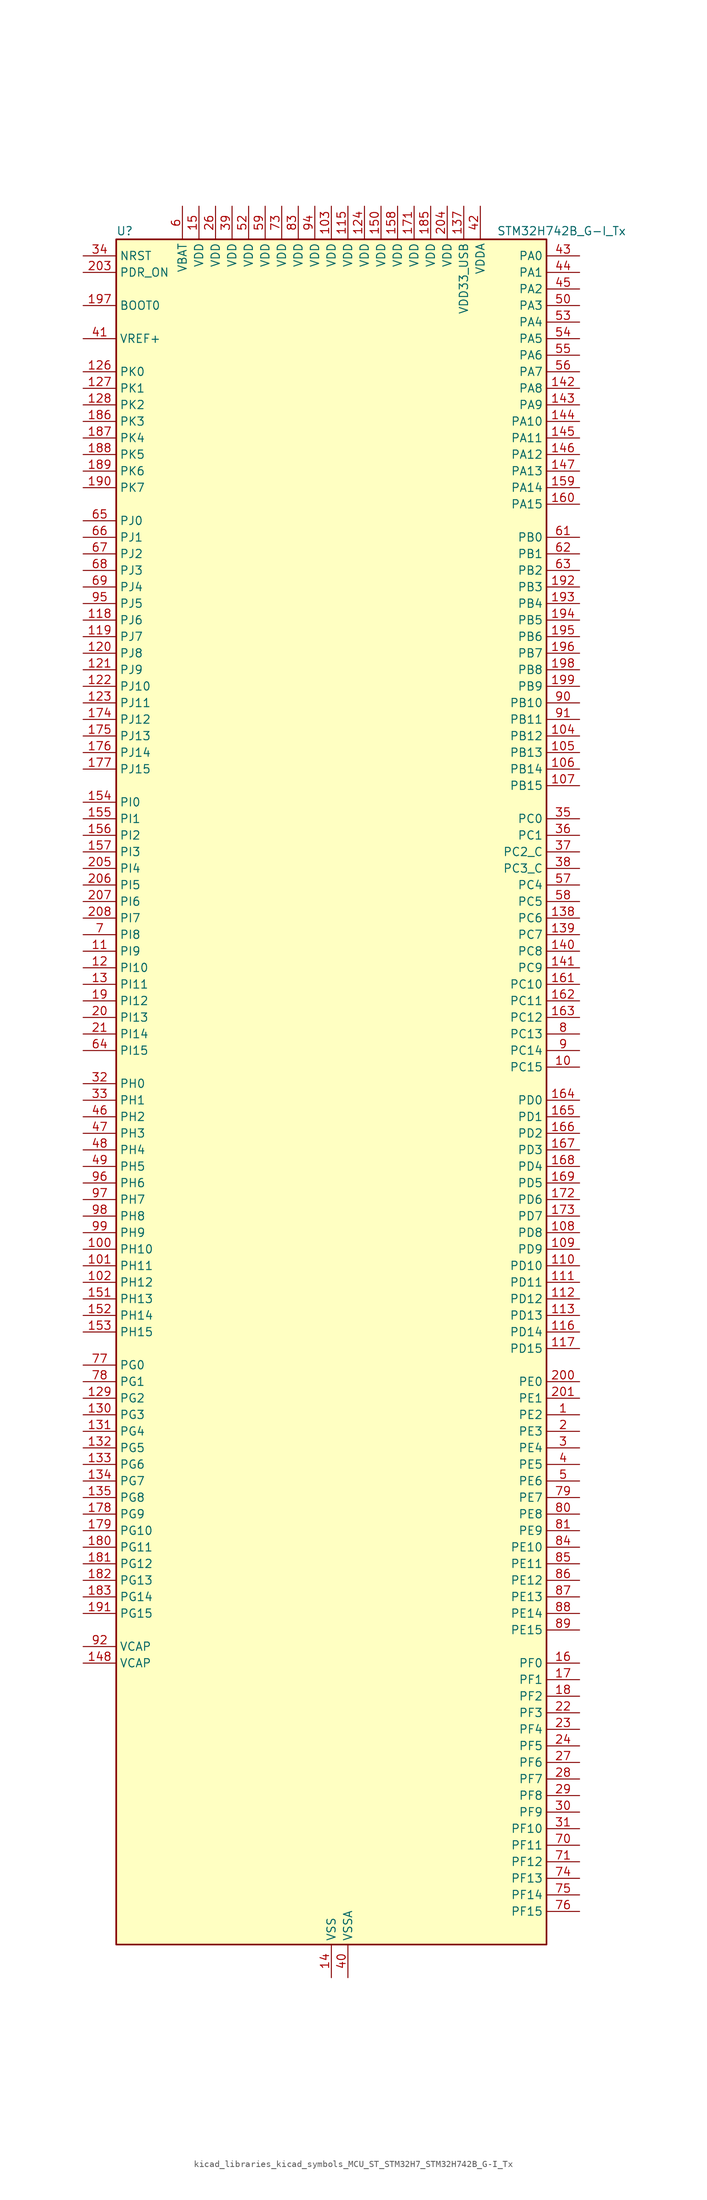
<source format=kicad_sym>
(kicad_symbol_lib
  (version 20220914)
  (generator kicad_symbol_editor)
  (symbol "kicad_libraries_kicad_symbols_MCU_ST_STM32H7_STM32H742B_G-I_Tx"
    (property "Reference" "U"
      (at -33.02 133.35 0)
      (effects (font (size 1.27 1.27)) (justify left)))
    (property "Value" "STM32H742B_G-I_Tx"
      (at 25.4 133.35 0)
      (effects (font (size 1.27 1.27)) (justify left)))
    (property "ki_locked" ""
      (at 0 0 0)
      (effects (font (size 1.27 1.27))))
    (symbol "kicad_libraries_kicad_symbols_MCU_ST_STM32H7_STM32H742B_G-I_Tx_0_1"
      (rectangle (start -33.02 -129.54) (end 33.02 132.08) (stroke (width 0.254) (type default)) (fill (type background))))
    (symbol "kicad_libraries_kicad_symbols_MCU_ST_STM32H7_STM32H742B_G-I_Tx_1_1"
      (pin bidirectional line (at 38.1 -48.26 180) (length 5.08) (name "PE2" (effects (font (size 1.27 1.27)))) (number "1" (effects (font (size 1.27 1.27)))) (alternate "DEBUG_TRACECLK" bidirectional line) (alternate "ETH_TXD3" bidirectional line) (alternate "FMC_A23" bidirectional line) (alternate "QUADSPI_BK1_IO2" bidirectional line) (alternate "SAI1_CK1" bidirectional line) (alternate "SAI1_MCLK_A" bidirectional line) (alternate "SAI4_CK1" bidirectional line) (alternate "SAI4_MCLK_A" bidirectional line) (alternate "SPI4_SCK" bidirectional line))
      (pin bidirectional line (at 38.1 5.08 180) (length 5.08) (name "PC15" (effects (font (size 1.27 1.27)))) (number "10" (effects (font (size 1.27 1.27)))) (alternate "ADC1_EXTI15" bidirectional line) (alternate "ADC2_EXTI15" bidirectional line) (alternate "ADC3_EXTI15" bidirectional line) (alternate "RCC_OSC32_OUT" bidirectional line))
      (pin bidirectional line (at -38.1 -22.86 0) (length 5.08) (name "PH10" (effects (font (size 1.27 1.27)))) (number "100" (effects (font (size 1.27 1.27)))) (alternate "DCMI_D1" bidirectional line) (alternate "FMC_D18" bidirectional line) (alternate "I2C4_SMBA" bidirectional line) (alternate "TIM5_CH1" bidirectional line))
      (pin bidirectional line (at -38.1 -25.4 0) (length 5.08) (name "PH11" (effects (font (size 1.27 1.27)))) (number "101" (effects (font (size 1.27 1.27)))) (alternate "ADC1_EXTI11" bidirectional line) (alternate "ADC2_EXTI11" bidirectional line) (alternate "ADC3_EXTI11" bidirectional line) (alternate "DCMI_D2" bidirectional line) (alternate "FMC_D19" bidirectional line) (alternate "I2C4_SCL" bidirectional line) (alternate "TIM5_CH2" bidirectional line))
      (pin bidirectional line (at -38.1 -27.94 0) (length 5.08) (name "PH12" (effects (font (size 1.27 1.27)))) (number "102" (effects (font (size 1.27 1.27)))) (alternate "DCMI_D3" bidirectional line) (alternate "FMC_D20" bidirectional line) (alternate "I2C4_SDA" bidirectional line) (alternate "TIM5_CH3" bidirectional line))
      (pin power_in line (at 0 137.16 270) (length 5.08) (name "VDD" (effects (font (size 1.27 1.27)))) (number "103" (effects (font (size 1.27 1.27)))))
      (pin bidirectional line (at 38.1 55.88 180) (length 5.08) (name "PB12" (effects (font (size 1.27 1.27)))) (number "104" (effects (font (size 1.27 1.27)))) (alternate "DFSDM1_DATIN1" bidirectional line) (alternate "ETH_TXD0" bidirectional line) (alternate "FDCAN2_RX" bidirectional line) (alternate "I2C2_SMBA" bidirectional line) (alternate "I2S2_WS" bidirectional line) (alternate "SPI2_NSS" bidirectional line) (alternate "TIM1_BKIN" bidirectional line) (alternate "TIM1_BKIN_COMP1" bidirectional line) (alternate "TIM1_BKIN_COMP2" bidirectional line) (alternate "UART5_RX" bidirectional line) (alternate "USART3_CK" bidirectional line) (alternate "USB_OTG_HS_ID" bidirectional line) (alternate "USB_OTG_HS_ULPI_D5" bidirectional line))
      (pin bidirectional line (at 38.1 53.34 180) (length 5.08) (name "PB13" (effects (font (size 1.27 1.27)))) (number "105" (effects (font (size 1.27 1.27)))) (alternate "DFSDM1_CKIN1" bidirectional line) (alternate "ETH_TXD1" bidirectional line) (alternate "FDCAN2_TX" bidirectional line) (alternate "I2S2_CK" bidirectional line) (alternate "LPTIM2_OUT" bidirectional line) (alternate "SPI2_SCK" bidirectional line) (alternate "TIM1_CH1N" bidirectional line) (alternate "UART5_TX" bidirectional line) (alternate "USART3_CTS" bidirectional line) (alternate "USART3_NSS" bidirectional line) (alternate "USB_OTG_HS_ULPI_D6" bidirectional line) (alternate "USB_OTG_HS_VBUS" bidirectional line))
      (pin bidirectional line (at 38.1 50.8 180) (length 5.08) (name "PB14" (effects (font (size 1.27 1.27)))) (number "106" (effects (font (size 1.27 1.27)))) (alternate "DFSDM1_DATIN2" bidirectional line) (alternate "I2S2_SDI" bidirectional line) (alternate "SDMMC2_D0" bidirectional line) (alternate "SPI2_MISO" bidirectional line) (alternate "TIM12_CH1" bidirectional line) (alternate "TIM1_CH2N" bidirectional line) (alternate "TIM8_CH2N" bidirectional line) (alternate "UART4_DE" bidirectional line) (alternate "UART4_RTS" bidirectional line) (alternate "USART1_TX" bidirectional line) (alternate "USART3_DE" bidirectional line) (alternate "USART3_RTS" bidirectional line) (alternate "USB_OTG_HS_DM" bidirectional line))
      (pin bidirectional line (at 38.1 48.26 180) (length 5.08) (name "PB15" (effects (font (size 1.27 1.27)))) (number "107" (effects (font (size 1.27 1.27)))) (alternate "ADC1_EXTI15" bidirectional line) (alternate "ADC2_EXTI15" bidirectional line) (alternate "ADC3_EXTI15" bidirectional line) (alternate "DFSDM1_CKIN2" bidirectional line) (alternate "I2S2_SDO" bidirectional line) (alternate "RTC_REFIN" bidirectional line) (alternate "SDMMC2_D1" bidirectional line) (alternate "SPI2_MOSI" bidirectional line) (alternate "TIM12_CH2" bidirectional line) (alternate "TIM1_CH3N" bidirectional line) (alternate "TIM8_CH3N" bidirectional line) (alternate "UART4_CTS" bidirectional line) (alternate "USART1_RX" bidirectional line) (alternate "USB_OTG_HS_DP" bidirectional line))
      (pin bidirectional line (at 38.1 -20.32 180) (length 5.08) (name "PD8" (effects (font (size 1.27 1.27)))) (number "108" (effects (font (size 1.27 1.27)))) (alternate "DFSDM1_CKIN3" bidirectional line) (alternate "FMC_D13" bidirectional line) (alternate "FMC_DA13" bidirectional line) (alternate "SAI3_SCK_B" bidirectional line) (alternate "SPDIFRX1_IN1" bidirectional line) (alternate "USART3_TX" bidirectional line))
      (pin bidirectional line (at 38.1 -22.86 180) (length 5.08) (name "PD9" (effects (font (size 1.27 1.27)))) (number "109" (effects (font (size 1.27 1.27)))) (alternate "DAC1_EXTI9" bidirectional line) (alternate "DFSDM1_DATIN3" bidirectional line) (alternate "FMC_D14" bidirectional line) (alternate "FMC_DA14" bidirectional line) (alternate "SAI3_SD_B" bidirectional line) (alternate "USART3_RX" bidirectional line))
      (pin bidirectional line (at -38.1 22.86 0) (length 5.08) (name "PI9" (effects (font (size 1.27 1.27)))) (number "11" (effects (font (size 1.27 1.27)))) (alternate "DAC1_EXTI9" bidirectional line) (alternate "FDCAN1_RX" bidirectional line) (alternate "FMC_D30" bidirectional line) (alternate "UART4_RX" bidirectional line))
      (pin bidirectional line (at 38.1 -25.4 180) (length 5.08) (name "PD10" (effects (font (size 1.27 1.27)))) (number "110" (effects (font (size 1.27 1.27)))) (alternate "DFSDM1_CKOUT" bidirectional line) (alternate "FMC_D15" bidirectional line) (alternate "FMC_DA15" bidirectional line) (alternate "SAI3_FS_B" bidirectional line) (alternate "USART3_CK" bidirectional line))
      (pin bidirectional line (at 38.1 -27.94 180) (length 5.08) (name "PD11" (effects (font (size 1.27 1.27)))) (number "111" (effects (font (size 1.27 1.27)))) (alternate "ADC1_EXTI11" bidirectional line) (alternate "ADC2_EXTI11" bidirectional line) (alternate "ADC3_EXTI11" bidirectional line) (alternate "FMC_A16" bidirectional line) (alternate "FMC_CLE" bidirectional line) (alternate "I2C4_SMBA" bidirectional line) (alternate "LPTIM2_IN2" bidirectional line) (alternate "QUADSPI_BK1_IO0" bidirectional line) (alternate "SAI2_SD_A" bidirectional line) (alternate "USART3_CTS" bidirectional line) (alternate "USART3_NSS" bidirectional line))
      (pin bidirectional line (at 38.1 -30.48 180) (length 5.08) (name "PD12" (effects (font (size 1.27 1.27)))) (number "112" (effects (font (size 1.27 1.27)))) (alternate "FMC_A17" bidirectional line) (alternate "FMC_ALE" bidirectional line) (alternate "I2C4_SCL" bidirectional line) (alternate "LPTIM1_IN1" bidirectional line) (alternate "LPTIM2_IN1" bidirectional line) (alternate "QUADSPI_BK1_IO1" bidirectional line) (alternate "SAI2_FS_A" bidirectional line) (alternate "TIM4_CH1" bidirectional line) (alternate "USART3_DE" bidirectional line) (alternate "USART3_RTS" bidirectional line))
      (pin bidirectional line (at 38.1 -33.02 180) (length 5.08) (name "PD13" (effects (font (size 1.27 1.27)))) (number "113" (effects (font (size 1.27 1.27)))) (alternate "FMC_A18" bidirectional line) (alternate "I2C4_SDA" bidirectional line) (alternate "LPTIM1_OUT" bidirectional line) (alternate "QUADSPI_BK1_IO3" bidirectional line) (alternate "SAI2_SCK_A" bidirectional line) (alternate "TIM4_CH2" bidirectional line))
      (pin passive line (at 0 -134.62 90) (length 5.08) hide (name "VSS" (effects (font (size 1.27 1.27)))) (number "114" (effects (font (size 1.27 1.27)))))
      (pin power_in line (at 2.54 137.16 270) (length 5.08) (name "VDD" (effects (font (size 1.27 1.27)))) (number "115" (effects (font (size 1.27 1.27)))))
      (pin bidirectional line (at 38.1 -35.56 180) (length 5.08) (name "PD14" (effects (font (size 1.27 1.27)))) (number "116" (effects (font (size 1.27 1.27)))) (alternate "FMC_D0" bidirectional line) (alternate "FMC_DA0" bidirectional line) (alternate "SAI3_MCLK_B" bidirectional line) (alternate "TIM4_CH3" bidirectional line) (alternate "UART8_CTS" bidirectional line))
      (pin bidirectional line (at 38.1 -38.1 180) (length 5.08) (name "PD15" (effects (font (size 1.27 1.27)))) (number "117" (effects (font (size 1.27 1.27)))) (alternate "ADC1_EXTI15" bidirectional line) (alternate "ADC2_EXTI15" bidirectional line) (alternate "ADC3_EXTI15" bidirectional line) (alternate "FMC_D1" bidirectional line) (alternate "FMC_DA1" bidirectional line) (alternate "SAI3_MCLK_A" bidirectional line) (alternate "TIM4_CH4" bidirectional line) (alternate "UART8_DE" bidirectional line) (alternate "UART8_RTS" bidirectional line))
      (pin bidirectional line (at -38.1 73.66 0) (length 5.08) (name "PJ6" (effects (font (size 1.27 1.27)))) (number "118" (effects (font (size 1.27 1.27)))) (alternate "TIM8_CH2" bidirectional line))
      (pin bidirectional line (at -38.1 71.12 0) (length 5.08) (name "PJ7" (effects (font (size 1.27 1.27)))) (number "119" (effects (font (size 1.27 1.27)))) (alternate "DEBUG_TRGIN" bidirectional line) (alternate "TIM8_CH2N" bidirectional line))
      (pin bidirectional line (at -38.1 20.32 0) (length 5.08) (name "PI10" (effects (font (size 1.27 1.27)))) (number "12" (effects (font (size 1.27 1.27)))) (alternate "ETH_RX_ER" bidirectional line) (alternate "FMC_D31" bidirectional line))
      (pin bidirectional line (at -38.1 68.58 0) (length 5.08) (name "PJ8" (effects (font (size 1.27 1.27)))) (number "120" (effects (font (size 1.27 1.27)))) (alternate "TIM1_CH3N" bidirectional line) (alternate "TIM8_CH1" bidirectional line) (alternate "UART8_TX" bidirectional line))
      (pin bidirectional line (at -38.1 66.04 0) (length 5.08) (name "PJ9" (effects (font (size 1.27 1.27)))) (number "121" (effects (font (size 1.27 1.27)))) (alternate "DAC1_EXTI9" bidirectional line) (alternate "TIM1_CH3" bidirectional line) (alternate "TIM8_CH1N" bidirectional line) (alternate "UART8_RX" bidirectional line))
      (pin bidirectional line (at -38.1 63.5 0) (length 5.08) (name "PJ10" (effects (font (size 1.27 1.27)))) (number "122" (effects (font (size 1.27 1.27)))) (alternate "SPI5_MOSI" bidirectional line) (alternate "TIM1_CH2N" bidirectional line) (alternate "TIM8_CH2" bidirectional line))
      (pin bidirectional line (at -38.1 60.96 0) (length 5.08) (name "PJ11" (effects (font (size 1.27 1.27)))) (number "123" (effects (font (size 1.27 1.27)))) (alternate "ADC1_EXTI11" bidirectional line) (alternate "ADC2_EXTI11" bidirectional line) (alternate "ADC3_EXTI11" bidirectional line) (alternate "SPI5_MISO" bidirectional line) (alternate "TIM1_CH2" bidirectional line) (alternate "TIM8_CH2N" bidirectional line))
      (pin power_in line (at 5.08 137.16 270) (length 5.08) (name "VDD" (effects (font (size 1.27 1.27)))) (number "124" (effects (font (size 1.27 1.27)))))
      (pin passive line (at 0 -134.62 90) (length 5.08) hide (name "VSS" (effects (font (size 1.27 1.27)))) (number "125" (effects (font (size 1.27 1.27)))))
      (pin bidirectional line (at -38.1 111.76 0) (length 5.08) (name "PK0" (effects (font (size 1.27 1.27)))) (number "126" (effects (font (size 1.27 1.27)))) (alternate "SPI5_SCK" bidirectional line) (alternate "TIM1_CH1N" bidirectional line) (alternate "TIM8_CH3" bidirectional line))
      (pin bidirectional line (at -38.1 109.22 0) (length 5.08) (name "PK1" (effects (font (size 1.27 1.27)))) (number "127" (effects (font (size 1.27 1.27)))) (alternate "SPI5_NSS" bidirectional line) (alternate "TIM1_CH1" bidirectional line) (alternate "TIM8_CH3N" bidirectional line))
      (pin bidirectional line (at -38.1 106.68 0) (length 5.08) (name "PK2" (effects (font (size 1.27 1.27)))) (number "128" (effects (font (size 1.27 1.27)))) (alternate "TIM1_BKIN" bidirectional line) (alternate "TIM1_BKIN_COMP1" bidirectional line) (alternate "TIM1_BKIN_COMP2" bidirectional line) (alternate "TIM8_BKIN" bidirectional line) (alternate "TIM8_BKIN_COMP1" bidirectional line) (alternate "TIM8_BKIN_COMP2" bidirectional line))
      (pin bidirectional line (at -38.1 -45.72 0) (length 5.08) (name "PG2" (effects (font (size 1.27 1.27)))) (number "129" (effects (font (size 1.27 1.27)))) (alternate "FMC_A12" bidirectional line) (alternate "TIM8_BKIN" bidirectional line) (alternate "TIM8_BKIN_COMP1" bidirectional line) (alternate "TIM8_BKIN_COMP2" bidirectional line))
      (pin bidirectional line (at -38.1 17.78 0) (length 5.08) (name "PI11" (effects (font (size 1.27 1.27)))) (number "13" (effects (font (size 1.27 1.27)))) (alternate "ADC1_EXTI11" bidirectional line) (alternate "ADC2_EXTI11" bidirectional line) (alternate "ADC3_EXTI11" bidirectional line) (alternate "PWR_WKUP4" bidirectional line) (alternate "USB_OTG_HS_ULPI_DIR" bidirectional line))
      (pin bidirectional line (at -38.1 -48.26 0) (length 5.08) (name "PG3" (effects (font (size 1.27 1.27)))) (number "130" (effects (font (size 1.27 1.27)))) (alternate "FMC_A13" bidirectional line) (alternate "TIM8_BKIN2" bidirectional line) (alternate "TIM8_BKIN2_COMP1" bidirectional line) (alternate "TIM8_BKIN2_COMP2" bidirectional line))
      (pin bidirectional line (at -38.1 -50.8 0) (length 5.08) (name "PG4" (effects (font (size 1.27 1.27)))) (number "131" (effects (font (size 1.27 1.27)))) (alternate "FMC_A14" bidirectional line) (alternate "FMC_BA0" bidirectional line) (alternate "TIM1_BKIN2" bidirectional line) (alternate "TIM1_BKIN2_COMP1" bidirectional line) (alternate "TIM1_BKIN2_COMP2" bidirectional line))
      (pin bidirectional line (at -38.1 -53.34 0) (length 5.08) (name "PG5" (effects (font (size 1.27 1.27)))) (number "132" (effects (font (size 1.27 1.27)))) (alternate "FMC_A15" bidirectional line) (alternate "FMC_BA1" bidirectional line) (alternate "TIM1_ETR" bidirectional line))
      (pin bidirectional line (at -38.1 -55.88 0) (length 5.08) (name "PG6" (effects (font (size 1.27 1.27)))) (number "133" (effects (font (size 1.27 1.27)))) (alternate "DCMI_D12" bidirectional line) (alternate "FMC_NE3" bidirectional line) (alternate "HRTIM_CHE1" bidirectional line) (alternate "QUADSPI_BK1_NCS" bidirectional line) (alternate "TIM17_BKIN" bidirectional line))
      (pin bidirectional line (at -38.1 -58.42 0) (length 5.08) (name "PG7" (effects (font (size 1.27 1.27)))) (number "134" (effects (font (size 1.27 1.27)))) (alternate "DCMI_D13" bidirectional line) (alternate "FMC_INT" bidirectional line) (alternate "HRTIM_CHE2" bidirectional line) (alternate "SAI1_MCLK_A" bidirectional line) (alternate "USART6_CK" bidirectional line))
      (pin bidirectional line (at -38.1 -60.96 0) (length 5.08) (name "PG8" (effects (font (size 1.27 1.27)))) (number "135" (effects (font (size 1.27 1.27)))) (alternate "ETH_PPS_OUT" bidirectional line) (alternate "FMC_SDCLK" bidirectional line) (alternate "SPDIFRX1_IN2" bidirectional line) (alternate "SPI6_NSS" bidirectional line) (alternate "TIM8_ETR" bidirectional line) (alternate "USART6_DE" bidirectional line) (alternate "USART6_RTS" bidirectional line))
      (pin passive line (at 0 -134.62 90) (length 5.08) hide (name "VSS" (effects (font (size 1.27 1.27)))) (number "136" (effects (font (size 1.27 1.27)))))
      (pin power_in line (at 20.32 137.16 270) (length 5.08) (name "VDD33_USB" (effects (font (size 1.27 1.27)))) (number "137" (effects (font (size 1.27 1.27)))))
      (pin bidirectional line (at 38.1 27.94 180) (length 5.08) (name "PC6" (effects (font (size 1.27 1.27)))) (number "138" (effects (font (size 1.27 1.27)))) (alternate "DCMI_D0" bidirectional line) (alternate "DFSDM1_CKIN3" bidirectional line) (alternate "FMC_NWAIT" bidirectional line) (alternate "HRTIM_CHA1" bidirectional line) (alternate "I2S2_MCK" bidirectional line) (alternate "SDMMC1_D0DIR" bidirectional line) (alternate "SDMMC1_D6" bidirectional line) (alternate "SDMMC2_D6" bidirectional line) (alternate "SWPMI1_IO" bidirectional line) (alternate "TIM3_CH1" bidirectional line) (alternate "TIM8_CH1" bidirectional line) (alternate "USART6_TX" bidirectional line))
      (pin bidirectional line (at 38.1 25.4 180) (length 5.08) (name "PC7" (effects (font (size 1.27 1.27)))) (number "139" (effects (font (size 1.27 1.27)))) (alternate "DCMI_D1" bidirectional line) (alternate "DEBUG_TRGIO" bidirectional line) (alternate "DFSDM1_DATIN3" bidirectional line) (alternate "FMC_NE1" bidirectional line) (alternate "HRTIM_CHA2" bidirectional line) (alternate "I2S3_MCK" bidirectional line) (alternate "SDMMC1_D123DIR" bidirectional line) (alternate "SDMMC1_D7" bidirectional line) (alternate "SDMMC2_D7" bidirectional line) (alternate "SWPMI1_TX" bidirectional line) (alternate "TIM3_CH2" bidirectional line) (alternate "TIM8_CH2" bidirectional line) (alternate "USART6_RX" bidirectional line))
      (pin power_in line (at 0 -134.62 90) (length 5.08) (name "VSS" (effects (font (size 1.27 1.27)))) (number "14" (effects (font (size 1.27 1.27)))))
      (pin bidirectional line (at 38.1 22.86 180) (length 5.08) (name "PC8" (effects (font (size 1.27 1.27)))) (number "140" (effects (font (size 1.27 1.27)))) (alternate "DCMI_D2" bidirectional line) (alternate "DEBUG_TRACED1" bidirectional line) (alternate "FMC_NCE" bidirectional line) (alternate "FMC_NE2" bidirectional line) (alternate "HRTIM_CHB1" bidirectional line) (alternate "SDMMC1_D0" bidirectional line) (alternate "SWPMI1_RX" bidirectional line) (alternate "TIM3_CH3" bidirectional line) (alternate "TIM8_CH3" bidirectional line) (alternate "UART5_DE" bidirectional line) (alternate "UART5_RTS" bidirectional line) (alternate "USART6_CK" bidirectional line))
      (pin bidirectional line (at 38.1 20.32 180) (length 5.08) (name "PC9" (effects (font (size 1.27 1.27)))) (number "141" (effects (font (size 1.27 1.27)))) (alternate "DAC1_EXTI9" bidirectional line) (alternate "DCMI_D3" bidirectional line) (alternate "I2C3_SDA" bidirectional line) (alternate "I2S_CKIN" bidirectional line) (alternate "QUADSPI_BK1_IO0" bidirectional line) (alternate "RCC_MCO_2" bidirectional line) (alternate "SDMMC1_D1" bidirectional line) (alternate "SWPMI1_SUSPEND" bidirectional line) (alternate "TIM3_CH4" bidirectional line) (alternate "TIM8_CH4" bidirectional line) (alternate "UART5_CTS" bidirectional line))
      (pin bidirectional line (at 38.1 109.22 180) (length 5.08) (name "PA8" (effects (font (size 1.27 1.27)))) (number "142" (effects (font (size 1.27 1.27)))) (alternate "HRTIM_CHB2" bidirectional line) (alternate "I2C3_SCL" bidirectional line) (alternate "RCC_MCO_1" bidirectional line) (alternate "TIM1_CH1" bidirectional line) (alternate "TIM8_BKIN2" bidirectional line) (alternate "TIM8_BKIN2_COMP1" bidirectional line) (alternate "TIM8_BKIN2_COMP2" bidirectional line) (alternate "UART7_RX" bidirectional line) (alternate "USART1_CK" bidirectional line) (alternate "USB_OTG_FS_SOF" bidirectional line))
      (pin bidirectional line (at 38.1 106.68 180) (length 5.08) (name "PA9" (effects (font (size 1.27 1.27)))) (number "143" (effects (font (size 1.27 1.27)))) (alternate "DAC1_EXTI9" bidirectional line) (alternate "DCMI_D0" bidirectional line) (alternate "HRTIM_CHC1" bidirectional line) (alternate "I2C3_SMBA" bidirectional line) (alternate "I2S2_CK" bidirectional line) (alternate "LPUART1_TX" bidirectional line) (alternate "SPI2_SCK" bidirectional line) (alternate "TIM1_CH2" bidirectional line) (alternate "USART1_TX" bidirectional line) (alternate "USB_OTG_FS_VBUS" bidirectional line))
      (pin bidirectional line (at 38.1 104.14 180) (length 5.08) (name "PA10" (effects (font (size 1.27 1.27)))) (number "144" (effects (font (size 1.27 1.27)))) (alternate "DCMI_D1" bidirectional line) (alternate "HRTIM_CHC2" bidirectional line) (alternate "LPUART1_RX" bidirectional line) (alternate "MDIOS_MDIO" bidirectional line) (alternate "TIM1_CH3" bidirectional line) (alternate "USART1_RX" bidirectional line) (alternate "USB_OTG_FS_ID" bidirectional line))
      (pin bidirectional line (at 38.1 101.6 180) (length 5.08) (name "PA11" (effects (font (size 1.27 1.27)))) (number "145" (effects (font (size 1.27 1.27)))) (alternate "ADC1_EXTI11" bidirectional line) (alternate "ADC2_EXTI11" bidirectional line) (alternate "ADC3_EXTI11" bidirectional line) (alternate "FDCAN1_RX" bidirectional line) (alternate "HRTIM_CHD1" bidirectional line) (alternate "I2S2_WS" bidirectional line) (alternate "LPUART1_CTS" bidirectional line) (alternate "SPI2_NSS" bidirectional line) (alternate "TIM1_CH4" bidirectional line) (alternate "UART4_RX" bidirectional line) (alternate "USART1_CTS" bidirectional line) (alternate "USART1_NSS" bidirectional line) (alternate "USB_OTG_FS_DM" bidirectional line))
      (pin bidirectional line (at 38.1 99.06 180) (length 5.08) (name "PA12" (effects (font (size 1.27 1.27)))) (number "146" (effects (font (size 1.27 1.27)))) (alternate "FDCAN1_TX" bidirectional line) (alternate "HRTIM_CHD2" bidirectional line) (alternate "I2S2_CK" bidirectional line) (alternate "LPUART1_DE" bidirectional line) (alternate "LPUART1_RTS" bidirectional line) (alternate "SAI2_FS_B" bidirectional line) (alternate "SPI2_SCK" bidirectional line) (alternate "TIM1_ETR" bidirectional line) (alternate "UART4_TX" bidirectional line) (alternate "USART1_DE" bidirectional line) (alternate "USART1_RTS" bidirectional line) (alternate "USB_OTG_FS_DP" bidirectional line))
      (pin bidirectional line (at 38.1 96.52 180) (length 5.08) (name "PA13" (effects (font (size 1.27 1.27)))) (number "147" (effects (font (size 1.27 1.27)))) (alternate "DEBUG_JTMS-SWDIO" bidirectional line))
      (pin power_out line (at -38.1 -86.36 0) (length 5.08) (name "VCAP" (effects (font (size 1.27 1.27)))) (number "148" (effects (font (size 1.27 1.27)))))
      (pin passive line (at 0 -134.62 90) (length 5.08) hide (name "VSS" (effects (font (size 1.27 1.27)))) (number "149" (effects (font (size 1.27 1.27)))))
      (pin power_in line (at -20.32 137.16 270) (length 5.08) (name "VDD" (effects (font (size 1.27 1.27)))) (number "15" (effects (font (size 1.27 1.27)))))
      (pin power_in line (at 7.62 137.16 270) (length 5.08) (name "VDD" (effects (font (size 1.27 1.27)))) (number "150" (effects (font (size 1.27 1.27)))))
      (pin bidirectional line (at -38.1 -30.48 0) (length 5.08) (name "PH13" (effects (font (size 1.27 1.27)))) (number "151" (effects (font (size 1.27 1.27)))) (alternate "FDCAN1_TX" bidirectional line) (alternate "FMC_D21" bidirectional line) (alternate "TIM8_CH1N" bidirectional line) (alternate "UART4_TX" bidirectional line))
      (pin bidirectional line (at -38.1 -33.02 0) (length 5.08) (name "PH14" (effects (font (size 1.27 1.27)))) (number "152" (effects (font (size 1.27 1.27)))) (alternate "DCMI_D4" bidirectional line) (alternate "FDCAN1_RX" bidirectional line) (alternate "FMC_D22" bidirectional line) (alternate "TIM8_CH2N" bidirectional line) (alternate "UART4_RX" bidirectional line))
      (pin bidirectional line (at -38.1 -35.56 0) (length 5.08) (name "PH15" (effects (font (size 1.27 1.27)))) (number "153" (effects (font (size 1.27 1.27)))) (alternate "ADC1_EXTI15" bidirectional line) (alternate "ADC2_EXTI15" bidirectional line) (alternate "ADC3_EXTI15" bidirectional line) (alternate "DCMI_D11" bidirectional line) (alternate "FMC_D23" bidirectional line) (alternate "TIM8_CH3N" bidirectional line))
      (pin bidirectional line (at -38.1 45.72 0) (length 5.08) (name "PI0" (effects (font (size 1.27 1.27)))) (number "154" (effects (font (size 1.27 1.27)))) (alternate "DCMI_D13" bidirectional line) (alternate "FMC_D24" bidirectional line) (alternate "I2S2_WS" bidirectional line) (alternate "SPI2_NSS" bidirectional line) (alternate "TIM5_CH4" bidirectional line))
      (pin bidirectional line (at -38.1 43.18 0) (length 5.08) (name "PI1" (effects (font (size 1.27 1.27)))) (number "155" (effects (font (size 1.27 1.27)))) (alternate "DCMI_D8" bidirectional line) (alternate "FMC_D25" bidirectional line) (alternate "I2S2_CK" bidirectional line) (alternate "SPI2_SCK" bidirectional line) (alternate "TIM8_BKIN2" bidirectional line) (alternate "TIM8_BKIN2_COMP1" bidirectional line) (alternate "TIM8_BKIN2_COMP2" bidirectional line))
      (pin bidirectional line (at -38.1 40.64 0) (length 5.08) (name "PI2" (effects (font (size 1.27 1.27)))) (number "156" (effects (font (size 1.27 1.27)))) (alternate "DCMI_D9" bidirectional line) (alternate "FMC_D26" bidirectional line) (alternate "I2S2_SDI" bidirectional line) (alternate "SPI2_MISO" bidirectional line) (alternate "TIM8_CH4" bidirectional line))
      (pin bidirectional line (at -38.1 38.1 0) (length 5.08) (name "PI3" (effects (font (size 1.27 1.27)))) (number "157" (effects (font (size 1.27 1.27)))) (alternate "DCMI_D10" bidirectional line) (alternate "FMC_D27" bidirectional line) (alternate "I2S2_SDO" bidirectional line) (alternate "SPI2_MOSI" bidirectional line) (alternate "TIM8_ETR" bidirectional line))
      (pin power_in line (at 10.16 137.16 270) (length 5.08) (name "VDD" (effects (font (size 1.27 1.27)))) (number "158" (effects (font (size 1.27 1.27)))))
      (pin bidirectional line (at 38.1 93.98 180) (length 5.08) (name "PA14" (effects (font (size 1.27 1.27)))) (number "159" (effects (font (size 1.27 1.27)))) (alternate "DEBUG_JTCK-SWCLK" bidirectional line))
      (pin bidirectional line (at 38.1 -86.36 180) (length 5.08) (name "PF0" (effects (font (size 1.27 1.27)))) (number "16" (effects (font (size 1.27 1.27)))) (alternate "FMC_A0" bidirectional line) (alternate "I2C2_SDA" bidirectional line))
      (pin bidirectional line (at 38.1 91.44 180) (length 5.08) (name "PA15" (effects (font (size 1.27 1.27)))) (number "160" (effects (font (size 1.27 1.27)))) (alternate "ADC1_EXTI15" bidirectional line) (alternate "ADC2_EXTI15" bidirectional line) (alternate "ADC3_EXTI15" bidirectional line) (alternate "CEC" bidirectional line) (alternate "DEBUG_JTDI" bidirectional line) (alternate "HRTIM_FLT1" bidirectional line) (alternate "I2S1_WS" bidirectional line) (alternate "I2S3_WS" bidirectional line) (alternate "SPI1_NSS" bidirectional line) (alternate "SPI3_NSS" bidirectional line) (alternate "SPI6_NSS" bidirectional line) (alternate "TIM2_CH1" bidirectional line) (alternate "TIM2_ETR" bidirectional line) (alternate "UART4_DE" bidirectional line) (alternate "UART4_RTS" bidirectional line) (alternate "UART7_TX" bidirectional line))
      (pin bidirectional line (at 38.1 17.78 180) (length 5.08) (name "PC10" (effects (font (size 1.27 1.27)))) (number "161" (effects (font (size 1.27 1.27)))) (alternate "DCMI_D8" bidirectional line) (alternate "DFSDM1_CKIN5" bidirectional line) (alternate "HRTIM_EEV1" bidirectional line) (alternate "I2S3_CK" bidirectional line) (alternate "QUADSPI_BK1_IO1" bidirectional line) (alternate "SDMMC1_D2" bidirectional line) (alternate "SPI3_SCK" bidirectional line) (alternate "UART4_TX" bidirectional line) (alternate "USART3_TX" bidirectional line))
      (pin bidirectional line (at 38.1 15.24 180) (length 5.08) (name "PC11" (effects (font (size 1.27 1.27)))) (number "162" (effects (font (size 1.27 1.27)))) (alternate "ADC1_EXTI11" bidirectional line) (alternate "ADC2_EXTI11" bidirectional line) (alternate "ADC3_EXTI11" bidirectional line) (alternate "DCMI_D4" bidirectional line) (alternate "DFSDM1_DATIN5" bidirectional line) (alternate "HRTIM_FLT2" bidirectional line) (alternate "I2S3_SDI" bidirectional line) (alternate "QUADSPI_BK2_NCS" bidirectional line) (alternate "SDMMC1_D3" bidirectional line) (alternate "SPI3_MISO" bidirectional line) (alternate "UART4_RX" bidirectional line) (alternate "USART3_RX" bidirectional line))
      (pin bidirectional line (at 38.1 12.7 180) (length 5.08) (name "PC12" (effects (font (size 1.27 1.27)))) (number "163" (effects (font (size 1.27 1.27)))) (alternate "DCMI_D9" bidirectional line) (alternate "DEBUG_TRACED3" bidirectional line) (alternate "HRTIM_EEV2" bidirectional line) (alternate "I2S3_SDO" bidirectional line) (alternate "SDMMC1_CK" bidirectional line) (alternate "SPI3_MOSI" bidirectional line) (alternate "UART5_TX" bidirectional line) (alternate "USART3_CK" bidirectional line))
      (pin bidirectional line (at 38.1 0 180) (length 5.08) (name "PD0" (effects (font (size 1.27 1.27)))) (number "164" (effects (font (size 1.27 1.27)))) (alternate "DFSDM1_CKIN6" bidirectional line) (alternate "FDCAN1_RX" bidirectional line) (alternate "FMC_D2" bidirectional line) (alternate "FMC_DA2" bidirectional line) (alternate "SAI3_SCK_A" bidirectional line) (alternate "UART4_RX" bidirectional line))
      (pin bidirectional line (at 38.1 -2.54 180) (length 5.08) (name "PD1" (effects (font (size 1.27 1.27)))) (number "165" (effects (font (size 1.27 1.27)))) (alternate "DFSDM1_DATIN6" bidirectional line) (alternate "FDCAN1_TX" bidirectional line) (alternate "FMC_D3" bidirectional line) (alternate "FMC_DA3" bidirectional line) (alternate "SAI3_SD_A" bidirectional line) (alternate "UART4_TX" bidirectional line))
      (pin bidirectional line (at 38.1 -5.08 180) (length 5.08) (name "PD2" (effects (font (size 1.27 1.27)))) (number "166" (effects (font (size 1.27 1.27)))) (alternate "DCMI_D11" bidirectional line) (alternate "DEBUG_TRACED2" bidirectional line) (alternate "SDMMC1_CMD" bidirectional line) (alternate "TIM3_ETR" bidirectional line) (alternate "UART5_RX" bidirectional line))
      (pin bidirectional line (at 38.1 -7.62 180) (length 5.08) (name "PD3" (effects (font (size 1.27 1.27)))) (number "167" (effects (font (size 1.27 1.27)))) (alternate "DCMI_D5" bidirectional line) (alternate "DFSDM1_CKOUT" bidirectional line) (alternate "FMC_CLK" bidirectional line) (alternate "I2S2_CK" bidirectional line) (alternate "SPI2_SCK" bidirectional line) (alternate "USART2_CTS" bidirectional line) (alternate "USART2_NSS" bidirectional line))
      (pin bidirectional line (at 38.1 -10.16 180) (length 5.08) (name "PD4" (effects (font (size 1.27 1.27)))) (number "168" (effects (font (size 1.27 1.27)))) (alternate "FMC_NOE" bidirectional line) (alternate "HRTIM_FLT3" bidirectional line) (alternate "SAI3_FS_A" bidirectional line) (alternate "USART2_DE" bidirectional line) (alternate "USART2_RTS" bidirectional line))
      (pin bidirectional line (at 38.1 -12.7 180) (length 5.08) (name "PD5" (effects (font (size 1.27 1.27)))) (number "169" (effects (font (size 1.27 1.27)))) (alternate "FMC_NWE" bidirectional line) (alternate "HRTIM_EEV3" bidirectional line) (alternate "USART2_TX" bidirectional line))
      (pin bidirectional line (at 38.1 -88.9 180) (length 5.08) (name "PF1" (effects (font (size 1.27 1.27)))) (number "17" (effects (font (size 1.27 1.27)))) (alternate "FMC_A1" bidirectional line) (alternate "I2C2_SCL" bidirectional line))
      (pin passive line (at 0 -134.62 90) (length 5.08) hide (name "VSS" (effects (font (size 1.27 1.27)))) (number "170" (effects (font (size 1.27 1.27)))))
      (pin power_in line (at 12.7 137.16 270) (length 5.08) (name "VDD" (effects (font (size 1.27 1.27)))) (number "171" (effects (font (size 1.27 1.27)))))
      (pin bidirectional line (at 38.1 -15.24 180) (length 5.08) (name "PD6" (effects (font (size 1.27 1.27)))) (number "172" (effects (font (size 1.27 1.27)))) (alternate "DCMI_D10" bidirectional line) (alternate "DFSDM1_CKIN4" bidirectional line) (alternate "DFSDM1_DATIN1" bidirectional line) (alternate "FMC_NWAIT" bidirectional line) (alternate "I2S3_SDO" bidirectional line) (alternate "SAI1_D1" bidirectional line) (alternate "SAI1_SD_A" bidirectional line) (alternate "SAI4_D1" bidirectional line) (alternate "SAI4_SD_A" bidirectional line) (alternate "SDMMC2_CK" bidirectional line) (alternate "SPI3_MOSI" bidirectional line) (alternate "USART2_RX" bidirectional line))
      (pin bidirectional line (at 38.1 -17.78 180) (length 5.08) (name "PD7" (effects (font (size 1.27 1.27)))) (number "173" (effects (font (size 1.27 1.27)))) (alternate "DFSDM1_CKIN1" bidirectional line) (alternate "DFSDM1_DATIN4" bidirectional line) (alternate "FMC_NE1" bidirectional line) (alternate "I2S1_SDO" bidirectional line) (alternate "SDMMC2_CMD" bidirectional line) (alternate "SPDIFRX1_IN0" bidirectional line) (alternate "SPI1_MOSI" bidirectional line) (alternate "USART2_CK" bidirectional line))
      (pin bidirectional line (at -38.1 58.42 0) (length 5.08) (name "PJ12" (effects (font (size 1.27 1.27)))) (number "174" (effects (font (size 1.27 1.27)))) (alternate "DEBUG_TRGOUT" bidirectional line))
      (pin bidirectional line (at -38.1 55.88 0) (length 5.08) (name "PJ13" (effects (font (size 1.27 1.27)))) (number "175" (effects (font (size 1.27 1.27)))))
      (pin bidirectional line (at -38.1 53.34 0) (length 5.08) (name "PJ14" (effects (font (size 1.27 1.27)))) (number "176" (effects (font (size 1.27 1.27)))))
      (pin bidirectional line (at -38.1 50.8 0) (length 5.08) (name "PJ15" (effects (font (size 1.27 1.27)))) (number "177" (effects (font (size 1.27 1.27)))) (alternate "ADC1_EXTI15" bidirectional line) (alternate "ADC2_EXTI15" bidirectional line) (alternate "ADC3_EXTI15" bidirectional line))
      (pin bidirectional line (at -38.1 -63.5 0) (length 5.08) (name "PG9" (effects (font (size 1.27 1.27)))) (number "178" (effects (font (size 1.27 1.27)))) (alternate "DAC1_EXTI9" bidirectional line) (alternate "DCMI_VSYNC" bidirectional line) (alternate "FMC_NCE" bidirectional line) (alternate "FMC_NE2" bidirectional line) (alternate "I2S1_SDI" bidirectional line) (alternate "QUADSPI_BK2_IO2" bidirectional line) (alternate "SAI2_FS_B" bidirectional line) (alternate "SPDIFRX1_IN3" bidirectional line) (alternate "SPI1_MISO" bidirectional line) (alternate "USART6_RX" bidirectional line))
      (pin bidirectional line (at -38.1 -66.04 0) (length 5.08) (name "PG10" (effects (font (size 1.27 1.27)))) (number "179" (effects (font (size 1.27 1.27)))) (alternate "DCMI_D2" bidirectional line) (alternate "FMC_NE3" bidirectional line) (alternate "HRTIM_FLT5" bidirectional line) (alternate "I2S1_WS" bidirectional line) (alternate "SAI2_SD_B" bidirectional line) (alternate "SPI1_NSS" bidirectional line))
      (pin bidirectional line (at 38.1 -91.44 180) (length 5.08) (name "PF2" (effects (font (size 1.27 1.27)))) (number "18" (effects (font (size 1.27 1.27)))) (alternate "FMC_A2" bidirectional line) (alternate "I2C2_SMBA" bidirectional line))
      (pin bidirectional line (at -38.1 -68.58 0) (length 5.08) (name "PG11" (effects (font (size 1.27 1.27)))) (number "180" (effects (font (size 1.27 1.27)))) (alternate "ADC1_EXTI11" bidirectional line) (alternate "ADC2_EXTI11" bidirectional line) (alternate "ADC3_EXTI11" bidirectional line) (alternate "DCMI_D3" bidirectional line) (alternate "ETH_TX_EN" bidirectional line) (alternate "HRTIM_EEV4" bidirectional line) (alternate "I2S1_CK" bidirectional line) (alternate "LPTIM1_IN2" bidirectional line) (alternate "SDMMC2_D2" bidirectional line) (alternate "SPDIFRX1_IN0" bidirectional line) (alternate "SPI1_SCK" bidirectional line))
      (pin bidirectional line (at -38.1 -71.12 0) (length 5.08) (name "PG12" (effects (font (size 1.27 1.27)))) (number "181" (effects (font (size 1.27 1.27)))) (alternate "ETH_TXD1" bidirectional line) (alternate "FMC_NE4" bidirectional line) (alternate "HRTIM_EEV5" bidirectional line) (alternate "LPTIM1_IN1" bidirectional line) (alternate "SPDIFRX1_IN1" bidirectional line) (alternate "SPI6_MISO" bidirectional line) (alternate "USART6_DE" bidirectional line) (alternate "USART6_RTS" bidirectional line))
      (pin bidirectional line (at -38.1 -73.66 0) (length 5.08) (name "PG13" (effects (font (size 1.27 1.27)))) (number "182" (effects (font (size 1.27 1.27)))) (alternate "DEBUG_TRACED0" bidirectional line) (alternate "ETH_TXD0" bidirectional line) (alternate "FMC_A24" bidirectional line) (alternate "HRTIM_EEV10" bidirectional line) (alternate "LPTIM1_OUT" bidirectional line) (alternate "SPI6_SCK" bidirectional line) (alternate "USART6_CTS" bidirectional line) (alternate "USART6_NSS" bidirectional line))
      (pin bidirectional line (at -38.1 -76.2 0) (length 5.08) (name "PG14" (effects (font (size 1.27 1.27)))) (number "183" (effects (font (size 1.27 1.27)))) (alternate "DEBUG_TRACED1" bidirectional line) (alternate "ETH_TXD1" bidirectional line) (alternate "FMC_A25" bidirectional line) (alternate "LPTIM1_ETR" bidirectional line) (alternate "QUADSPI_BK2_IO3" bidirectional line) (alternate "SPI6_MOSI" bidirectional line) (alternate "USART6_TX" bidirectional line))
      (pin passive line (at 0 -134.62 90) (length 5.08) hide (name "VSS" (effects (font (size 1.27 1.27)))) (number "184" (effects (font (size 1.27 1.27)))))
      (pin power_in line (at 15.24 137.16 270) (length 5.08) (name "VDD" (effects (font (size 1.27 1.27)))) (number "185" (effects (font (size 1.27 1.27)))))
      (pin bidirectional line (at -38.1 104.14 0) (length 5.08) (name "PK3" (effects (font (size 1.27 1.27)))) (number "186" (effects (font (size 1.27 1.27)))))
      (pin bidirectional line (at -38.1 101.6 0) (length 5.08) (name "PK4" (effects (font (size 1.27 1.27)))) (number "187" (effects (font (size 1.27 1.27)))))
      (pin bidirectional line (at -38.1 99.06 0) (length 5.08) (name "PK5" (effects (font (size 1.27 1.27)))) (number "188" (effects (font (size 1.27 1.27)))))
      (pin bidirectional line (at -38.1 96.52 0) (length 5.08) (name "PK6" (effects (font (size 1.27 1.27)))) (number "189" (effects (font (size 1.27 1.27)))))
      (pin bidirectional line (at -38.1 15.24 0) (length 5.08) (name "PI12" (effects (font (size 1.27 1.27)))) (number "19" (effects (font (size 1.27 1.27)))))
      (pin bidirectional line (at -38.1 93.98 0) (length 5.08) (name "PK7" (effects (font (size 1.27 1.27)))) (number "190" (effects (font (size 1.27 1.27)))))
      (pin bidirectional line (at -38.1 -78.74 0) (length 5.08) (name "PG15" (effects (font (size 1.27 1.27)))) (number "191" (effects (font (size 1.27 1.27)))) (alternate "ADC1_EXTI15" bidirectional line) (alternate "ADC2_EXTI15" bidirectional line) (alternate "ADC3_EXTI15" bidirectional line) (alternate "DCMI_D13" bidirectional line) (alternate "FMC_SDNCAS" bidirectional line) (alternate "USART6_CTS" bidirectional line) (alternate "USART6_NSS" bidirectional line))
      (pin bidirectional line (at 38.1 78.74 180) (length 5.08) (name "PB3" (effects (font (size 1.27 1.27)))) (number "192" (effects (font (size 1.27 1.27)))) (alternate "CRS_SYNC" bidirectional line) (alternate "DEBUG_JTDO-SWO" bidirectional line) (alternate "HRTIM_FLT4" bidirectional line) (alternate "I2S1_CK" bidirectional line) (alternate "I2S3_CK" bidirectional line) (alternate "SDMMC2_D2" bidirectional line) (alternate "SPI1_SCK" bidirectional line) (alternate "SPI3_SCK" bidirectional line) (alternate "SPI6_SCK" bidirectional line) (alternate "TIM2_CH2" bidirectional line) (alternate "UART7_RX" bidirectional line))
      (pin bidirectional line (at 38.1 76.2 180) (length 5.08) (name "PB4" (effects (font (size 1.27 1.27)))) (number "193" (effects (font (size 1.27 1.27)))) (alternate "DEBUG_JTRST" bidirectional line) (alternate "HRTIM_EEV6" bidirectional line) (alternate "I2S1_SDI" bidirectional line) (alternate "I2S2_WS" bidirectional line) (alternate "I2S3_SDI" bidirectional line) (alternate "SDMMC2_D3" bidirectional line) (alternate "SPI1_MISO" bidirectional line) (alternate "SPI2_NSS" bidirectional line) (alternate "SPI3_MISO" bidirectional line) (alternate "SPI6_MISO" bidirectional line) (alternate "TIM16_BKIN" bidirectional line) (alternate "TIM3_CH1" bidirectional line) (alternate "UART7_TX" bidirectional line))
      (pin bidirectional line (at 38.1 73.66 180) (length 5.08) (name "PB5" (effects (font (size 1.27 1.27)))) (number "194" (effects (font (size 1.27 1.27)))) (alternate "DCMI_D10" bidirectional line) (alternate "ETH_PPS_OUT" bidirectional line) (alternate "FDCAN2_RX" bidirectional line) (alternate "FMC_SDCKE1" bidirectional line) (alternate "HRTIM_EEV7" bidirectional line) (alternate "I2C1_SMBA" bidirectional line) (alternate "I2C4_SMBA" bidirectional line) (alternate "I2S1_SDO" bidirectional line) (alternate "I2S3_SDO" bidirectional line) (alternate "SPI1_MOSI" bidirectional line) (alternate "SPI3_MOSI" bidirectional line) (alternate "SPI6_MOSI" bidirectional line) (alternate "TIM17_BKIN" bidirectional line) (alternate "TIM3_CH2" bidirectional line) (alternate "UART5_RX" bidirectional line) (alternate "USB_OTG_HS_ULPI_D7" bidirectional line))
      (pin bidirectional line (at 38.1 71.12 180) (length 5.08) (name "PB6" (effects (font (size 1.27 1.27)))) (number "195" (effects (font (size 1.27 1.27)))) (alternate "CEC" bidirectional line) (alternate "DCMI_D5" bidirectional line) (alternate "DFSDM1_DATIN5" bidirectional line) (alternate "FDCAN2_TX" bidirectional line) (alternate "FMC_SDNE1" bidirectional line) (alternate "HRTIM_EEV8" bidirectional line) (alternate "I2C1_SCL" bidirectional line) (alternate "I2C4_SCL" bidirectional line) (alternate "LPUART1_TX" bidirectional line) (alternate "QUADSPI_BK1_NCS" bidirectional line) (alternate "TIM16_CH1N" bidirectional line) (alternate "TIM4_CH1" bidirectional line) (alternate "UART5_TX" bidirectional line) (alternate "USART1_TX" bidirectional line))
      (pin bidirectional line (at 38.1 68.58 180) (length 5.08) (name "PB7" (effects (font (size 1.27 1.27)))) (number "196" (effects (font (size 1.27 1.27)))) (alternate "DCMI_VSYNC" bidirectional line) (alternate "DFSDM1_CKIN5" bidirectional line) (alternate "FMC_NL" bidirectional line) (alternate "HRTIM_EEV9" bidirectional line) (alternate "I2C1_SDA" bidirectional line) (alternate "I2C4_SDA" bidirectional line) (alternate "LPUART1_RX" bidirectional line) (alternate "PWR_PVD_IN" bidirectional line) (alternate "TIM17_CH1N" bidirectional line) (alternate "TIM4_CH2" bidirectional line) (alternate "USART1_RX" bidirectional line))
      (pin input line (at -38.1 121.92 0) (length 5.08) (name "BOOT0" (effects (font (size 1.27 1.27)))) (number "197" (effects (font (size 1.27 1.27)))))
      (pin bidirectional line (at 38.1 66.04 180) (length 5.08) (name "PB8" (effects (font (size 1.27 1.27)))) (number "198" (effects (font (size 1.27 1.27)))) (alternate "DCMI_D6" bidirectional line) (alternate "DFSDM1_CKIN7" bidirectional line) (alternate "ETH_TXD3" bidirectional line) (alternate "FDCAN1_RX" bidirectional line) (alternate "I2C1_SCL" bidirectional line) (alternate "I2C4_SCL" bidirectional line) (alternate "SDMMC1_CKIN" bidirectional line) (alternate "SDMMC1_D4" bidirectional line) (alternate "SDMMC2_D4" bidirectional line) (alternate "TIM16_CH1" bidirectional line) (alternate "TIM4_CH3" bidirectional line) (alternate "UART4_RX" bidirectional line))
      (pin bidirectional line (at 38.1 63.5 180) (length 5.08) (name "PB9" (effects (font (size 1.27 1.27)))) (number "199" (effects (font (size 1.27 1.27)))) (alternate "DAC1_EXTI9" bidirectional line) (alternate "DCMI_D7" bidirectional line) (alternate "DFSDM1_DATIN7" bidirectional line) (alternate "FDCAN1_TX" bidirectional line) (alternate "I2C1_SDA" bidirectional line) (alternate "I2C4_SDA" bidirectional line) (alternate "I2C4_SMBA" bidirectional line) (alternate "I2S2_WS" bidirectional line) (alternate "SDMMC1_CDIR" bidirectional line) (alternate "SDMMC1_D5" bidirectional line) (alternate "SDMMC2_D5" bidirectional line) (alternate "SPI2_NSS" bidirectional line) (alternate "TIM17_CH1" bidirectional line) (alternate "TIM4_CH4" bidirectional line) (alternate "UART4_TX" bidirectional line))
      (pin bidirectional line (at 38.1 -50.8 180) (length 5.08) (name "PE3" (effects (font (size 1.27 1.27)))) (number "2" (effects (font (size 1.27 1.27)))) (alternate "DEBUG_TRACED0" bidirectional line) (alternate "FMC_A19" bidirectional line) (alternate "SAI1_SD_B" bidirectional line) (alternate "SAI4_SD_B" bidirectional line) (alternate "TIM15_BKIN" bidirectional line))
      (pin bidirectional line (at -38.1 12.7 0) (length 5.08) (name "PI13" (effects (font (size 1.27 1.27)))) (number "20" (effects (font (size 1.27 1.27)))))
      (pin bidirectional line (at 38.1 -43.18 180) (length 5.08) (name "PE0" (effects (font (size 1.27 1.27)))) (number "200" (effects (font (size 1.27 1.27)))) (alternate "DCMI_D2" bidirectional line) (alternate "FMC_NBL0" bidirectional line) (alternate "HRTIM_SCIN" bidirectional line) (alternate "LPTIM1_ETR" bidirectional line) (alternate "LPTIM2_ETR" bidirectional line) (alternate "SAI2_MCLK_A" bidirectional line) (alternate "TIM4_ETR" bidirectional line) (alternate "UART8_RX" bidirectional line))
      (pin bidirectional line (at 38.1 -45.72 180) (length 5.08) (name "PE1" (effects (font (size 1.27 1.27)))) (number "201" (effects (font (size 1.27 1.27)))) (alternate "DCMI_D3" bidirectional line) (alternate "FMC_NBL1" bidirectional line) (alternate "HRTIM_SCOUT" bidirectional line) (alternate "LPTIM1_IN2" bidirectional line) (alternate "UART8_TX" bidirectional line))
      (pin passive line (at 0 -134.62 90) (length 5.08) hide (name "VSS" (effects (font (size 1.27 1.27)))) (number "202" (effects (font (size 1.27 1.27)))))
      (pin input line (at -38.1 127 0) (length 5.08) (name "PDR_ON" (effects (font (size 1.27 1.27)))) (number "203" (effects (font (size 1.27 1.27)))))
      (pin power_in line (at 17.78 137.16 270) (length 5.08) (name "VDD" (effects (font (size 1.27 1.27)))) (number "204" (effects (font (size 1.27 1.27)))))
      (pin bidirectional line (at -38.1 35.56 0) (length 5.08) (name "PI4" (effects (font (size 1.27 1.27)))) (number "205" (effects (font (size 1.27 1.27)))) (alternate "DCMI_D5" bidirectional line) (alternate "FMC_NBL2" bidirectional line) (alternate "SAI2_MCLK_A" bidirectional line) (alternate "TIM8_BKIN" bidirectional line) (alternate "TIM8_BKIN_COMP1" bidirectional line) (alternate "TIM8_BKIN_COMP2" bidirectional line))
      (pin bidirectional line (at -38.1 33.02 0) (length 5.08) (name "PI5" (effects (font (size 1.27 1.27)))) (number "206" (effects (font (size 1.27 1.27)))) (alternate "DCMI_VSYNC" bidirectional line) (alternate "FMC_NBL3" bidirectional line) (alternate "SAI2_SCK_A" bidirectional line) (alternate "TIM8_CH1" bidirectional line))
      (pin bidirectional line (at -38.1 30.48 0) (length 5.08) (name "PI6" (effects (font (size 1.27 1.27)))) (number "207" (effects (font (size 1.27 1.27)))) (alternate "DCMI_D6" bidirectional line) (alternate "FMC_D28" bidirectional line) (alternate "SAI2_SD_A" bidirectional line) (alternate "TIM8_CH2" bidirectional line))
      (pin bidirectional line (at -38.1 27.94 0) (length 5.08) (name "PI7" (effects (font (size 1.27 1.27)))) (number "208" (effects (font (size 1.27 1.27)))) (alternate "DCMI_D7" bidirectional line) (alternate "FMC_D29" bidirectional line) (alternate "SAI2_FS_A" bidirectional line) (alternate "TIM8_CH3" bidirectional line))
      (pin bidirectional line (at -38.1 10.16 0) (length 5.08) (name "PI14" (effects (font (size 1.27 1.27)))) (number "21" (effects (font (size 1.27 1.27)))))
      (pin bidirectional line (at 38.1 -93.98 180) (length 5.08) (name "PF3" (effects (font (size 1.27 1.27)))) (number "22" (effects (font (size 1.27 1.27)))) (alternate "ADC3_INP5" bidirectional line) (alternate "FMC_A3" bidirectional line))
      (pin bidirectional line (at 38.1 -96.52 180) (length 5.08) (name "PF4" (effects (font (size 1.27 1.27)))) (number "23" (effects (font (size 1.27 1.27)))) (alternate "ADC3_INN5" bidirectional line) (alternate "ADC3_INP9" bidirectional line) (alternate "FMC_A4" bidirectional line))
      (pin bidirectional line (at 38.1 -99.06 180) (length 5.08) (name "PF5" (effects (font (size 1.27 1.27)))) (number "24" (effects (font (size 1.27 1.27)))) (alternate "ADC3_INP4" bidirectional line) (alternate "FMC_A5" bidirectional line))
      (pin passive line (at 0 -134.62 90) (length 5.08) hide (name "VSS" (effects (font (size 1.27 1.27)))) (number "25" (effects (font (size 1.27 1.27)))))
      (pin power_in line (at -17.78 137.16 270) (length 5.08) (name "VDD" (effects (font (size 1.27 1.27)))) (number "26" (effects (font (size 1.27 1.27)))))
      (pin bidirectional line (at 38.1 -101.6 180) (length 5.08) (name "PF6" (effects (font (size 1.27 1.27)))) (number "27" (effects (font (size 1.27 1.27)))) (alternate "ADC3_INN4" bidirectional line) (alternate "ADC3_INP8" bidirectional line) (alternate "QUADSPI_BK1_IO3" bidirectional line) (alternate "SAI1_SD_B" bidirectional line) (alternate "SAI4_SD_B" bidirectional line) (alternate "SPI5_NSS" bidirectional line) (alternate "TIM16_CH1" bidirectional line) (alternate "UART7_RX" bidirectional line))
      (pin bidirectional line (at 38.1 -104.14 180) (length 5.08) (name "PF7" (effects (font (size 1.27 1.27)))) (number "28" (effects (font (size 1.27 1.27)))) (alternate "ADC3_INP3" bidirectional line) (alternate "QUADSPI_BK1_IO2" bidirectional line) (alternate "SAI1_MCLK_B" bidirectional line) (alternate "SAI4_MCLK_B" bidirectional line) (alternate "SPI5_SCK" bidirectional line) (alternate "TIM17_CH1" bidirectional line) (alternate "UART7_TX" bidirectional line))
      (pin bidirectional line (at 38.1 -106.68 180) (length 5.08) (name "PF8" (effects (font (size 1.27 1.27)))) (number "29" (effects (font (size 1.27 1.27)))) (alternate "ADC3_INN3" bidirectional line) (alternate "ADC3_INP7" bidirectional line) (alternate "QUADSPI_BK1_IO0" bidirectional line) (alternate "SAI1_SCK_B" bidirectional line) (alternate "SAI4_SCK_B" bidirectional line) (alternate "SPI5_MISO" bidirectional line) (alternate "TIM13_CH1" bidirectional line) (alternate "TIM16_CH1N" bidirectional line) (alternate "UART7_DE" bidirectional line) (alternate "UART7_RTS" bidirectional line))
      (pin bidirectional line (at 38.1 -53.34 180) (length 5.08) (name "PE4" (effects (font (size 1.27 1.27)))) (number "3" (effects (font (size 1.27 1.27)))) (alternate "DCMI_D4" bidirectional line) (alternate "DEBUG_TRACED1" bidirectional line) (alternate "DFSDM1_DATIN3" bidirectional line) (alternate "FMC_A20" bidirectional line) (alternate "SAI1_D2" bidirectional line) (alternate "SAI1_FS_A" bidirectional line) (alternate "SAI4_D2" bidirectional line) (alternate "SAI4_FS_A" bidirectional line) (alternate "SPI4_NSS" bidirectional line) (alternate "TIM15_CH1N" bidirectional line))
      (pin bidirectional line (at 38.1 -109.22 180) (length 5.08) (name "PF9" (effects (font (size 1.27 1.27)))) (number "30" (effects (font (size 1.27 1.27)))) (alternate "ADC3_INP2" bidirectional line) (alternate "DAC1_EXTI9" bidirectional line) (alternate "QUADSPI_BK1_IO1" bidirectional line) (alternate "SAI1_FS_B" bidirectional line) (alternate "SAI4_FS_B" bidirectional line) (alternate "SPI5_MOSI" bidirectional line) (alternate "TIM14_CH1" bidirectional line) (alternate "TIM17_CH1N" bidirectional line) (alternate "UART7_CTS" bidirectional line))
      (pin bidirectional line (at 38.1 -111.76 180) (length 5.08) (name "PF10" (effects (font (size 1.27 1.27)))) (number "31" (effects (font (size 1.27 1.27)))) (alternate "ADC3_INN2" bidirectional line) (alternate "ADC3_INP6" bidirectional line) (alternate "DCMI_D11" bidirectional line) (alternate "QUADSPI_CLK" bidirectional line) (alternate "SAI1_D3" bidirectional line) (alternate "SAI4_D3" bidirectional line) (alternate "TIM16_BKIN" bidirectional line))
      (pin bidirectional line (at -38.1 2.54 0) (length 5.08) (name "PH0" (effects (font (size 1.27 1.27)))) (number "32" (effects (font (size 1.27 1.27)))) (alternate "RCC_OSC_IN" bidirectional line))
      (pin bidirectional line (at -38.1 0 0) (length 5.08) (name "PH1" (effects (font (size 1.27 1.27)))) (number "33" (effects (font (size 1.27 1.27)))) (alternate "RCC_OSC_OUT" bidirectional line))
      (pin input line (at -38.1 129.54 0) (length 5.08) (name "NRST" (effects (font (size 1.27 1.27)))) (number "34" (effects (font (size 1.27 1.27)))))
      (pin bidirectional line (at 38.1 43.18 180) (length 5.08) (name "PC0" (effects (font (size 1.27 1.27)))) (number "35" (effects (font (size 1.27 1.27)))) (alternate "ADC1_INP10" bidirectional line) (alternate "ADC2_INP10" bidirectional line) (alternate "ADC3_INP10" bidirectional line) (alternate "DFSDM1_CKIN0" bidirectional line) (alternate "DFSDM1_DATIN4" bidirectional line) (alternate "FMC_SDNWE" bidirectional line) (alternate "SAI2_FS_B" bidirectional line) (alternate "USB_OTG_HS_ULPI_STP" bidirectional line))
      (pin bidirectional line (at 38.1 40.64 180) (length 5.08) (name "PC1" (effects (font (size 1.27 1.27)))) (number "36" (effects (font (size 1.27 1.27)))) (alternate "ADC1_INN10" bidirectional line) (alternate "ADC1_INP11" bidirectional line) (alternate "ADC2_INN10" bidirectional line) (alternate "ADC2_INP11" bidirectional line) (alternate "ADC3_INN10" bidirectional line) (alternate "ADC3_INP11" bidirectional line) (alternate "DEBUG_TRACED0" bidirectional line) (alternate "DFSDM1_CKIN4" bidirectional line) (alternate "DFSDM1_DATIN0" bidirectional line) (alternate "ETH_MDC" bidirectional line) (alternate "I2S2_SDO" bidirectional line) (alternate "MDIOS_MDC" bidirectional line) (alternate "PWR_WKUP5" bidirectional line) (alternate "RTC_TAMP3" bidirectional line) (alternate "SAI1_D1" bidirectional line) (alternate "SAI1_SD_A" bidirectional line) (alternate "SAI4_D1" bidirectional line) (alternate "SAI4_SD_A" bidirectional line) (alternate "SDMMC2_CK" bidirectional line) (alternate "SPI2_MOSI" bidirectional line))
      (pin bidirectional line (at 38.1 38.1 180) (length 5.08) (name "PC2_C" (effects (font (size 1.27 1.27)))) (number "37" (effects (font (size 1.27 1.27)))) (alternate "ADC3_INN1" bidirectional line) (alternate "ADC3_INP0" bidirectional line) (alternate "DFSDM1_CKIN1" bidirectional line) (alternate "DFSDM1_CKOUT" bidirectional line) (alternate "ETH_TXD2" bidirectional line) (alternate "FMC_SDNE0" bidirectional line) (alternate "I2S2_SDI" bidirectional line) (alternate "PWR_CSTOP" bidirectional line) (alternate "SPI2_MISO" bidirectional line) (alternate "USB_OTG_HS_ULPI_DIR" bidirectional line))
      (pin bidirectional line (at 38.1 35.56 180) (length 5.08) (name "PC3_C" (effects (font (size 1.27 1.27)))) (number "38" (effects (font (size 1.27 1.27)))) (alternate "ADC3_INP1" bidirectional line) (alternate "DFSDM1_DATIN1" bidirectional line) (alternate "ETH_TX_CLK" bidirectional line) (alternate "FMC_SDCKE0" bidirectional line) (alternate "I2S2_SDO" bidirectional line) (alternate "PWR_CSLEEP" bidirectional line) (alternate "SPI2_MOSI" bidirectional line) (alternate "USB_OTG_HS_ULPI_NXT" bidirectional line))
      (pin power_in line (at -15.24 137.16 270) (length 5.08) (name "VDD" (effects (font (size 1.27 1.27)))) (number "39" (effects (font (size 1.27 1.27)))))
      (pin bidirectional line (at 38.1 -55.88 180) (length 5.08) (name "PE5" (effects (font (size 1.27 1.27)))) (number "4" (effects (font (size 1.27 1.27)))) (alternate "DCMI_D6" bidirectional line) (alternate "DEBUG_TRACED2" bidirectional line) (alternate "DFSDM1_CKIN3" bidirectional line) (alternate "FMC_A21" bidirectional line) (alternate "SAI1_CK2" bidirectional line) (alternate "SAI1_SCK_A" bidirectional line) (alternate "SAI4_CK2" bidirectional line) (alternate "SAI4_SCK_A" bidirectional line) (alternate "SPI4_MISO" bidirectional line) (alternate "TIM15_CH1" bidirectional line))
      (pin power_in line (at 2.54 -134.62 90) (length 5.08) (name "VSSA" (effects (font (size 1.27 1.27)))) (number "40" (effects (font (size 1.27 1.27)))))
      (pin input line (at -38.1 116.84 0) (length 5.08) (name "VREF+" (effects (font (size 1.27 1.27)))) (number "41" (effects (font (size 1.27 1.27)))) (alternate "VREFBUF_OUT" bidirectional line))
      (pin power_in line (at 22.86 137.16 270) (length 5.08) (name "VDDA" (effects (font (size 1.27 1.27)))) (number "42" (effects (font (size 1.27 1.27)))))
      (pin bidirectional line (at 38.1 129.54 180) (length 5.08) (name "PA0" (effects (font (size 1.27 1.27)))) (number "43" (effects (font (size 1.27 1.27)))) (alternate "ADC1_INP16" bidirectional line) (alternate "ETH_CRS" bidirectional line) (alternate "PWR_WKUP0" bidirectional line) (alternate "SAI2_SD_B" bidirectional line) (alternate "SDMMC2_CMD" bidirectional line) (alternate "TIM15_BKIN" bidirectional line) (alternate "TIM2_CH1" bidirectional line) (alternate "TIM2_ETR" bidirectional line) (alternate "TIM5_CH1" bidirectional line) (alternate "TIM8_ETR" bidirectional line) (alternate "UART4_TX" bidirectional line) (alternate "USART2_CTS" bidirectional line) (alternate "USART2_NSS" bidirectional line))
      (pin bidirectional line (at 38.1 127 180) (length 5.08) (name "PA1" (effects (font (size 1.27 1.27)))) (number "44" (effects (font (size 1.27 1.27)))) (alternate "ADC1_INN16" bidirectional line) (alternate "ADC1_INP17" bidirectional line) (alternate "ETH_REF_CLK" bidirectional line) (alternate "ETH_RX_CLK" bidirectional line) (alternate "LPTIM3_OUT" bidirectional line) (alternate "QUADSPI_BK1_IO3" bidirectional line) (alternate "SAI2_MCLK_B" bidirectional line) (alternate "TIM15_CH1N" bidirectional line) (alternate "TIM2_CH2" bidirectional line) (alternate "TIM5_CH2" bidirectional line) (alternate "UART4_RX" bidirectional line) (alternate "USART2_DE" bidirectional line) (alternate "USART2_RTS" bidirectional line))
      (pin bidirectional line (at 38.1 124.46 180) (length 5.08) (name "PA2" (effects (font (size 1.27 1.27)))) (number "45" (effects (font (size 1.27 1.27)))) (alternate "ADC1_INP14" bidirectional line) (alternate "ADC2_INP14" bidirectional line) (alternate "ETH_MDIO" bidirectional line) (alternate "LPTIM4_OUT" bidirectional line) (alternate "MDIOS_MDIO" bidirectional line) (alternate "PWR_WKUP1" bidirectional line) (alternate "SAI2_SCK_B" bidirectional line) (alternate "TIM15_CH1" bidirectional line) (alternate "TIM2_CH3" bidirectional line) (alternate "TIM5_CH3" bidirectional line) (alternate "USART2_TX" bidirectional line))
      (pin bidirectional line (at -38.1 -2.54 0) (length 5.08) (name "PH2" (effects (font (size 1.27 1.27)))) (number "46" (effects (font (size 1.27 1.27)))) (alternate "ADC3_INP13" bidirectional line) (alternate "ETH_CRS" bidirectional line) (alternate "FMC_SDCKE0" bidirectional line) (alternate "LPTIM1_IN2" bidirectional line) (alternate "QUADSPI_BK2_IO0" bidirectional line) (alternate "SAI2_SCK_B" bidirectional line))
      (pin bidirectional line (at -38.1 -5.08 0) (length 5.08) (name "PH3" (effects (font (size 1.27 1.27)))) (number "47" (effects (font (size 1.27 1.27)))) (alternate "ADC3_INN13" bidirectional line) (alternate "ADC3_INP14" bidirectional line) (alternate "ETH_COL" bidirectional line) (alternate "FMC_SDNE0" bidirectional line) (alternate "QUADSPI_BK2_IO1" bidirectional line) (alternate "SAI2_MCLK_B" bidirectional line))
      (pin bidirectional line (at -38.1 -7.62 0) (length 5.08) (name "PH4" (effects (font (size 1.27 1.27)))) (number "48" (effects (font (size 1.27 1.27)))) (alternate "ADC3_INN14" bidirectional line) (alternate "ADC3_INP15" bidirectional line) (alternate "I2C2_SCL" bidirectional line) (alternate "USB_OTG_HS_ULPI_NXT" bidirectional line))
      (pin bidirectional line (at -38.1 -10.16 0) (length 5.08) (name "PH5" (effects (font (size 1.27 1.27)))) (number "49" (effects (font (size 1.27 1.27)))) (alternate "ADC3_INN15" bidirectional line) (alternate "ADC3_INP16" bidirectional line) (alternate "FMC_SDNWE" bidirectional line) (alternate "I2C2_SDA" bidirectional line) (alternate "SPI5_NSS" bidirectional line))
      (pin bidirectional line (at 38.1 -58.42 180) (length 5.08) (name "PE6" (effects (font (size 1.27 1.27)))) (number "5" (effects (font (size 1.27 1.27)))) (alternate "DCMI_D7" bidirectional line) (alternate "DEBUG_TRACED3" bidirectional line) (alternate "FMC_A22" bidirectional line) (alternate "SAI1_D1" bidirectional line) (alternate "SAI1_SD_A" bidirectional line) (alternate "SAI2_MCLK_B" bidirectional line) (alternate "SAI4_D1" bidirectional line) (alternate "SAI4_SD_A" bidirectional line) (alternate "SPI4_MOSI" bidirectional line) (alternate "TIM15_CH2" bidirectional line) (alternate "TIM1_BKIN2" bidirectional line) (alternate "TIM1_BKIN2_COMP1" bidirectional line) (alternate "TIM1_BKIN2_COMP2" bidirectional line))
      (pin bidirectional line (at 38.1 121.92 180) (length 5.08) (name "PA3" (effects (font (size 1.27 1.27)))) (number "50" (effects (font (size 1.27 1.27)))) (alternate "ADC1_INP15" bidirectional line) (alternate "ADC2_INP15" bidirectional line) (alternate "ETH_COL" bidirectional line) (alternate "LPTIM5_OUT" bidirectional line) (alternate "TIM15_CH2" bidirectional line) (alternate "TIM2_CH4" bidirectional line) (alternate "TIM5_CH4" bidirectional line) (alternate "USART2_RX" bidirectional line) (alternate "USB_OTG_HS_ULPI_D0" bidirectional line))
      (pin passive line (at 0 -134.62 90) (length 5.08) hide (name "VSS" (effects (font (size 1.27 1.27)))) (number "51" (effects (font (size 1.27 1.27)))))
      (pin power_in line (at -12.7 137.16 270) (length 5.08) (name "VDD" (effects (font (size 1.27 1.27)))) (number "52" (effects (font (size 1.27 1.27)))))
      (pin bidirectional line (at 38.1 119.38 180) (length 5.08) (name "PA4" (effects (font (size 1.27 1.27)))) (number "53" (effects (font (size 1.27 1.27)))) (alternate "ADC1_INP18" bidirectional line) (alternate "ADC2_INP18" bidirectional line) (alternate "DAC1_OUT1" bidirectional line) (alternate "DCMI_HSYNC" bidirectional line) (alternate "I2S1_WS" bidirectional line) (alternate "I2S3_WS" bidirectional line) (alternate "SPI1_NSS" bidirectional line) (alternate "SPI3_NSS" bidirectional line) (alternate "SPI6_NSS" bidirectional line) (alternate "TIM5_ETR" bidirectional line) (alternate "USART2_CK" bidirectional line) (alternate "USB_OTG_HS_SOF" bidirectional line))
      (pin bidirectional line (at 38.1 116.84 180) (length 5.08) (name "PA5" (effects (font (size 1.27 1.27)))) (number "54" (effects (font (size 1.27 1.27)))) (alternate "ADC1_INN18" bidirectional line) (alternate "ADC1_INP19" bidirectional line) (alternate "ADC2_INN18" bidirectional line) (alternate "ADC2_INP19" bidirectional line) (alternate "DAC1_OUT2" bidirectional line) (alternate "I2S1_CK" bidirectional line) (alternate "PWR_NDSTOP2" bidirectional line) (alternate "SPI1_SCK" bidirectional line) (alternate "SPI6_SCK" bidirectional line) (alternate "TIM2_CH1" bidirectional line) (alternate "TIM2_ETR" bidirectional line) (alternate "TIM8_CH1N" bidirectional line) (alternate "USB_OTG_HS_ULPI_CK" bidirectional line))
      (pin bidirectional line (at 38.1 114.3 180) (length 5.08) (name "PA6" (effects (font (size 1.27 1.27)))) (number "55" (effects (font (size 1.27 1.27)))) (alternate "ADC1_INP3" bidirectional line) (alternate "ADC2_INP3" bidirectional line) (alternate "DCMI_PIXCLK" bidirectional line) (alternate "I2S1_SDI" bidirectional line) (alternate "MDIOS_MDC" bidirectional line) (alternate "SPI1_MISO" bidirectional line) (alternate "SPI6_MISO" bidirectional line) (alternate "TIM13_CH1" bidirectional line) (alternate "TIM1_BKIN" bidirectional line) (alternate "TIM1_BKIN_COMP1" bidirectional line) (alternate "TIM1_BKIN_COMP2" bidirectional line) (alternate "TIM3_CH1" bidirectional line) (alternate "TIM8_BKIN" bidirectional line) (alternate "TIM8_BKIN_COMP1" bidirectional line) (alternate "TIM8_BKIN_COMP2" bidirectional line))
      (pin bidirectional line (at 38.1 111.76 180) (length 5.08) (name "PA7" (effects (font (size 1.27 1.27)))) (number "56" (effects (font (size 1.27 1.27)))) (alternate "ADC1_INN3" bidirectional line) (alternate "ADC1_INP7" bidirectional line) (alternate "ADC2_INN3" bidirectional line) (alternate "ADC2_INP7" bidirectional line) (alternate "ETH_CRS_DV" bidirectional line) (alternate "ETH_RX_DV" bidirectional line) (alternate "FMC_SDNWE" bidirectional line) (alternate "I2S1_SDO" bidirectional line) (alternate "OPAMP1_VINM" bidirectional line) (alternate "OPAMP1_VINM1" bidirectional line) (alternate "SPI1_MOSI" bidirectional line) (alternate "SPI6_MOSI" bidirectional line) (alternate "TIM14_CH1" bidirectional line) (alternate "TIM1_CH1N" bidirectional line) (alternate "TIM3_CH2" bidirectional line) (alternate "TIM8_CH1N" bidirectional line))
      (pin bidirectional line (at 38.1 33.02 180) (length 5.08) (name "PC4" (effects (font (size 1.27 1.27)))) (number "57" (effects (font (size 1.27 1.27)))) (alternate "ADC1_INP4" bidirectional line) (alternate "ADC2_INP4" bidirectional line) (alternate "COMP1_INM" bidirectional line) (alternate "DFSDM1_CKIN2" bidirectional line) (alternate "ETH_RXD0" bidirectional line) (alternate "FMC_SDNE0" bidirectional line) (alternate "I2S1_MCK" bidirectional line) (alternate "OPAMP1_VOUT" bidirectional line) (alternate "SPDIFRX1_IN2" bidirectional line))
      (pin bidirectional line (at 38.1 30.48 180) (length 5.08) (name "PC5" (effects (font (size 1.27 1.27)))) (number "58" (effects (font (size 1.27 1.27)))) (alternate "ADC1_INN4" bidirectional line) (alternate "ADC1_INP8" bidirectional line) (alternate "ADC2_INN4" bidirectional line) (alternate "ADC2_INP8" bidirectional line) (alternate "COMP1_OUT" bidirectional line) (alternate "DFSDM1_DATIN2" bidirectional line) (alternate "ETH_RXD1" bidirectional line) (alternate "FMC_SDCKE0" bidirectional line) (alternate "OPAMP1_VINM" bidirectional line) (alternate "OPAMP1_VINM0" bidirectional line) (alternate "SAI1_D3" bidirectional line) (alternate "SAI4_D3" bidirectional line) (alternate "SPDIFRX1_IN3" bidirectional line))
      (pin power_in line (at -10.16 137.16 270) (length 5.08) (name "VDD" (effects (font (size 1.27 1.27)))) (number "59" (effects (font (size 1.27 1.27)))))
      (pin power_in line (at -22.86 137.16 270) (length 5.08) (name "VBAT" (effects (font (size 1.27 1.27)))) (number "6" (effects (font (size 1.27 1.27)))))
      (pin passive line (at 0 -134.62 90) (length 5.08) hide (name "VSS" (effects (font (size 1.27 1.27)))) (number "60" (effects (font (size 1.27 1.27)))))
      (pin bidirectional line (at 38.1 86.36 180) (length 5.08) (name "PB0" (effects (font (size 1.27 1.27)))) (number "61" (effects (font (size 1.27 1.27)))) (alternate "ADC1_INN5" bidirectional line) (alternate "ADC1_INP9" bidirectional line) (alternate "ADC2_INN5" bidirectional line) (alternate "ADC2_INP9" bidirectional line) (alternate "COMP1_INP" bidirectional line) (alternate "DFSDM1_CKOUT" bidirectional line) (alternate "ETH_RXD2" bidirectional line) (alternate "OPAMP1_VINP" bidirectional line) (alternate "TIM1_CH2N" bidirectional line) (alternate "TIM3_CH3" bidirectional line) (alternate "TIM8_CH2N" bidirectional line) (alternate "UART4_CTS" bidirectional line) (alternate "USB_OTG_HS_ULPI_D1" bidirectional line))
      (pin bidirectional line (at 38.1 83.82 180) (length 5.08) (name "PB1" (effects (font (size 1.27 1.27)))) (number "62" (effects (font (size 1.27 1.27)))) (alternate "ADC1_INP5" bidirectional line) (alternate "ADC2_INP5" bidirectional line) (alternate "COMP1_INM" bidirectional line) (alternate "DFSDM1_DATIN1" bidirectional line) (alternate "ETH_RXD3" bidirectional line) (alternate "TIM1_CH3N" bidirectional line) (alternate "TIM3_CH4" bidirectional line) (alternate "TIM8_CH3N" bidirectional line) (alternate "USB_OTG_HS_ULPI_D2" bidirectional line))
      (pin bidirectional line (at 38.1 81.28 180) (length 5.08) (name "PB2" (effects (font (size 1.27 1.27)))) (number "63" (effects (font (size 1.27 1.27)))) (alternate "COMP1_INP" bidirectional line) (alternate "DFSDM1_CKIN1" bidirectional line) (alternate "I2S3_SDO" bidirectional line) (alternate "QUADSPI_CLK" bidirectional line) (alternate "RTC_OUT_ALARM" bidirectional line) (alternate "RTC_OUT_CALIB" bidirectional line) (alternate "SAI1_D1" bidirectional line) (alternate "SAI1_SD_A" bidirectional line) (alternate "SAI4_D1" bidirectional line) (alternate "SAI4_SD_A" bidirectional line) (alternate "SPI3_MOSI" bidirectional line))
      (pin bidirectional line (at -38.1 7.62 0) (length 5.08) (name "PI15" (effects (font (size 1.27 1.27)))) (number "64" (effects (font (size 1.27 1.27)))) (alternate "ADC1_EXTI15" bidirectional line) (alternate "ADC2_EXTI15" bidirectional line) (alternate "ADC3_EXTI15" bidirectional line))
      (pin bidirectional line (at -38.1 88.9 0) (length 5.08) (name "PJ0" (effects (font (size 1.27 1.27)))) (number "65" (effects (font (size 1.27 1.27)))))
      (pin bidirectional line (at -38.1 86.36 0) (length 5.08) (name "PJ1" (effects (font (size 1.27 1.27)))) (number "66" (effects (font (size 1.27 1.27)))))
      (pin bidirectional line (at -38.1 83.82 0) (length 5.08) (name "PJ2" (effects (font (size 1.27 1.27)))) (number "67" (effects (font (size 1.27 1.27)))))
      (pin bidirectional line (at -38.1 81.28 0) (length 5.08) (name "PJ3" (effects (font (size 1.27 1.27)))) (number "68" (effects (font (size 1.27 1.27)))))
      (pin bidirectional line (at -38.1 78.74 0) (length 5.08) (name "PJ4" (effects (font (size 1.27 1.27)))) (number "69" (effects (font (size 1.27 1.27)))))
      (pin bidirectional line (at -38.1 25.4 0) (length 5.08) (name "PI8" (effects (font (size 1.27 1.27)))) (number "7" (effects (font (size 1.27 1.27)))) (alternate "PWR_WKUP3" bidirectional line) (alternate "RTC_TAMP2" bidirectional line))
      (pin bidirectional line (at 38.1 -114.3 180) (length 5.08) (name "PF11" (effects (font (size 1.27 1.27)))) (number "70" (effects (font (size 1.27 1.27)))) (alternate "ADC1_EXTI11" bidirectional line) (alternate "ADC1_INP2" bidirectional line) (alternate "ADC2_EXTI11" bidirectional line) (alternate "ADC3_EXTI11" bidirectional line) (alternate "DCMI_D12" bidirectional line) (alternate "FMC_SDNRAS" bidirectional line) (alternate "SAI2_SD_B" bidirectional line) (alternate "SPI5_MOSI" bidirectional line))
      (pin bidirectional line (at 38.1 -116.84 180) (length 5.08) (name "PF12" (effects (font (size 1.27 1.27)))) (number "71" (effects (font (size 1.27 1.27)))) (alternate "ADC1_INN2" bidirectional line) (alternate "ADC1_INP6" bidirectional line) (alternate "FMC_A6" bidirectional line))
      (pin passive line (at 0 -134.62 90) (length 5.08) hide (name "VSS" (effects (font (size 1.27 1.27)))) (number "72" (effects (font (size 1.27 1.27)))))
      (pin power_in line (at -7.62 137.16 270) (length 5.08) (name "VDD" (effects (font (size 1.27 1.27)))) (number "73" (effects (font (size 1.27 1.27)))))
      (pin bidirectional line (at 38.1 -119.38 180) (length 5.08) (name "PF13" (effects (font (size 1.27 1.27)))) (number "74" (effects (font (size 1.27 1.27)))) (alternate "ADC2_INP2" bidirectional line) (alternate "DFSDM1_DATIN6" bidirectional line) (alternate "FMC_A7" bidirectional line) (alternate "I2C4_SMBA" bidirectional line))
      (pin bidirectional line (at 38.1 -121.92 180) (length 5.08) (name "PF14" (effects (font (size 1.27 1.27)))) (number "75" (effects (font (size 1.27 1.27)))) (alternate "ADC2_INN2" bidirectional line) (alternate "ADC2_INP6" bidirectional line) (alternate "DFSDM1_CKIN6" bidirectional line) (alternate "FMC_A8" bidirectional line) (alternate "I2C4_SCL" bidirectional line))
      (pin bidirectional line (at 38.1 -124.46 180) (length 5.08) (name "PF15" (effects (font (size 1.27 1.27)))) (number "76" (effects (font (size 1.27 1.27)))) (alternate "ADC1_EXTI15" bidirectional line) (alternate "ADC2_EXTI15" bidirectional line) (alternate "ADC3_EXTI15" bidirectional line) (alternate "FMC_A9" bidirectional line) (alternate "I2C4_SDA" bidirectional line))
      (pin bidirectional line (at -38.1 -40.64 0) (length 5.08) (name "PG0" (effects (font (size 1.27 1.27)))) (number "77" (effects (font (size 1.27 1.27)))) (alternate "FMC_A10" bidirectional line))
      (pin bidirectional line (at -38.1 -43.18 0) (length 5.08) (name "PG1" (effects (font (size 1.27 1.27)))) (number "78" (effects (font (size 1.27 1.27)))) (alternate "FMC_A11" bidirectional line) (alternate "OPAMP2_VINM" bidirectional line) (alternate "OPAMP2_VINM1" bidirectional line))
      (pin bidirectional line (at 38.1 -60.96 180) (length 5.08) (name "PE7" (effects (font (size 1.27 1.27)))) (number "79" (effects (font (size 1.27 1.27)))) (alternate "COMP2_INM" bidirectional line) (alternate "DFSDM1_DATIN2" bidirectional line) (alternate "FMC_D4" bidirectional line) (alternate "FMC_DA4" bidirectional line) (alternate "OPAMP2_VOUT" bidirectional line) (alternate "QUADSPI_BK2_IO0" bidirectional line) (alternate "TIM1_ETR" bidirectional line) (alternate "UART7_RX" bidirectional line))
      (pin bidirectional line (at 38.1 10.16 180) (length 5.08) (name "PC13" (effects (font (size 1.27 1.27)))) (number "8" (effects (font (size 1.27 1.27)))) (alternate "PWR_WKUP2" bidirectional line) (alternate "RTC_OUT_ALARM" bidirectional line) (alternate "RTC_OUT_CALIB" bidirectional line) (alternate "RTC_TAMP1" bidirectional line) (alternate "RTC_TS" bidirectional line))
      (pin bidirectional line (at 38.1 -63.5 180) (length 5.08) (name "PE8" (effects (font (size 1.27 1.27)))) (number "80" (effects (font (size 1.27 1.27)))) (alternate "COMP2_OUT" bidirectional line) (alternate "DFSDM1_CKIN2" bidirectional line) (alternate "FMC_D5" bidirectional line) (alternate "FMC_DA5" bidirectional line) (alternate "OPAMP2_VINM" bidirectional line) (alternate "OPAMP2_VINM0" bidirectional line) (alternate "QUADSPI_BK2_IO1" bidirectional line) (alternate "TIM1_CH1N" bidirectional line) (alternate "UART7_TX" bidirectional line))
      (pin bidirectional line (at 38.1 -66.04 180) (length 5.08) (name "PE9" (effects (font (size 1.27 1.27)))) (number "81" (effects (font (size 1.27 1.27)))) (alternate "COMP2_INP" bidirectional line) (alternate "DAC1_EXTI9" bidirectional line) (alternate "DFSDM1_CKOUT" bidirectional line) (alternate "FMC_D6" bidirectional line) (alternate "FMC_DA6" bidirectional line) (alternate "OPAMP2_VINP" bidirectional line) (alternate "QUADSPI_BK2_IO2" bidirectional line) (alternate "TIM1_CH1" bidirectional line) (alternate "UART7_DE" bidirectional line) (alternate "UART7_RTS" bidirectional line))
      (pin passive line (at 0 -134.62 90) (length 5.08) hide (name "VSS" (effects (font (size 1.27 1.27)))) (number "82" (effects (font (size 1.27 1.27)))))
      (pin power_in line (at -5.08 137.16 270) (length 5.08) (name "VDD" (effects (font (size 1.27 1.27)))) (number "83" (effects (font (size 1.27 1.27)))))
      (pin bidirectional line (at 38.1 -68.58 180) (length 5.08) (name "PE10" (effects (font (size 1.27 1.27)))) (number "84" (effects (font (size 1.27 1.27)))) (alternate "COMP2_INM" bidirectional line) (alternate "DFSDM1_DATIN4" bidirectional line) (alternate "FMC_D7" bidirectional line) (alternate "FMC_DA7" bidirectional line) (alternate "QUADSPI_BK2_IO3" bidirectional line) (alternate "TIM1_CH2N" bidirectional line) (alternate "UART7_CTS" bidirectional line))
      (pin bidirectional line (at 38.1 -71.12 180) (length 5.08) (name "PE11" (effects (font (size 1.27 1.27)))) (number "85" (effects (font (size 1.27 1.27)))) (alternate "ADC1_EXTI11" bidirectional line) (alternate "ADC2_EXTI11" bidirectional line) (alternate "ADC3_EXTI11" bidirectional line) (alternate "COMP2_INP" bidirectional line) (alternate "DFSDM1_CKIN4" bidirectional line) (alternate "FMC_D8" bidirectional line) (alternate "FMC_DA8" bidirectional line) (alternate "SAI2_SD_B" bidirectional line) (alternate "SPI4_NSS" bidirectional line) (alternate "TIM1_CH2" bidirectional line))
      (pin bidirectional line (at 38.1 -73.66 180) (length 5.08) (name "PE12" (effects (font (size 1.27 1.27)))) (number "86" (effects (font (size 1.27 1.27)))) (alternate "COMP1_OUT" bidirectional line) (alternate "DFSDM1_DATIN5" bidirectional line) (alternate "FMC_D9" bidirectional line) (alternate "FMC_DA9" bidirectional line) (alternate "SAI2_SCK_B" bidirectional line) (alternate "SPI4_SCK" bidirectional line) (alternate "TIM1_CH3N" bidirectional line))
      (pin bidirectional line (at 38.1 -76.2 180) (length 5.08) (name "PE13" (effects (font (size 1.27 1.27)))) (number "87" (effects (font (size 1.27 1.27)))) (alternate "COMP2_OUT" bidirectional line) (alternate "DFSDM1_CKIN5" bidirectional line) (alternate "FMC_D10" bidirectional line) (alternate "FMC_DA10" bidirectional line) (alternate "SAI2_FS_B" bidirectional line) (alternate "SPI4_MISO" bidirectional line) (alternate "TIM1_CH3" bidirectional line))
      (pin bidirectional line (at 38.1 -78.74 180) (length 5.08) (name "PE14" (effects (font (size 1.27 1.27)))) (number "88" (effects (font (size 1.27 1.27)))) (alternate "FMC_D11" bidirectional line) (alternate "FMC_DA11" bidirectional line) (alternate "SAI2_MCLK_B" bidirectional line) (alternate "SPI4_MOSI" bidirectional line) (alternate "TIM1_CH4" bidirectional line))
      (pin bidirectional line (at 38.1 -81.28 180) (length 5.08) (name "PE15" (effects (font (size 1.27 1.27)))) (number "89" (effects (font (size 1.27 1.27)))) (alternate "ADC1_EXTI15" bidirectional line) (alternate "ADC2_EXTI15" bidirectional line) (alternate "ADC3_EXTI15" bidirectional line) (alternate "FMC_D12" bidirectional line) (alternate "FMC_DA12" bidirectional line) (alternate "TIM1_BKIN" bidirectional line) (alternate "TIM1_BKIN_COMP1" bidirectional line) (alternate "TIM1_BKIN_COMP2" bidirectional line))
      (pin bidirectional line (at 38.1 7.62 180) (length 5.08) (name "PC14" (effects (font (size 1.27 1.27)))) (number "9" (effects (font (size 1.27 1.27)))) (alternate "RCC_OSC32_IN" bidirectional line))
      (pin bidirectional line (at 38.1 60.96 180) (length 5.08) (name "PB10" (effects (font (size 1.27 1.27)))) (number "90" (effects (font (size 1.27 1.27)))) (alternate "DFSDM1_DATIN7" bidirectional line) (alternate "ETH_RX_ER" bidirectional line) (alternate "HRTIM_SCOUT" bidirectional line) (alternate "I2C2_SCL" bidirectional line) (alternate "I2S2_CK" bidirectional line) (alternate "LPTIM2_IN1" bidirectional line) (alternate "QUADSPI_BK1_NCS" bidirectional line) (alternate "SPI2_SCK" bidirectional line) (alternate "TIM2_CH3" bidirectional line) (alternate "USART3_TX" bidirectional line) (alternate "USB_OTG_HS_ULPI_D3" bidirectional line))
      (pin bidirectional line (at 38.1 58.42 180) (length 5.08) (name "PB11" (effects (font (size 1.27 1.27)))) (number "91" (effects (font (size 1.27 1.27)))) (alternate "ADC1_EXTI11" bidirectional line) (alternate "ADC2_EXTI11" bidirectional line) (alternate "ADC3_EXTI11" bidirectional line) (alternate "DFSDM1_CKIN7" bidirectional line) (alternate "ETH_TX_EN" bidirectional line) (alternate "HRTIM_SCIN" bidirectional line) (alternate "I2C2_SDA" bidirectional line) (alternate "LPTIM2_ETR" bidirectional line) (alternate "TIM2_CH4" bidirectional line) (alternate "USART3_RX" bidirectional line) (alternate "USB_OTG_HS_ULPI_D4" bidirectional line))
      (pin power_out line (at -38.1 -83.82 0) (length 5.08) (name "VCAP" (effects (font (size 1.27 1.27)))) (number "92" (effects (font (size 1.27 1.27)))))
      (pin passive line (at 0 -134.62 90) (length 5.08) hide (name "VSS" (effects (font (size 1.27 1.27)))) (number "93" (effects (font (size 1.27 1.27)))))
      (pin power_in line (at -2.54 137.16 270) (length 5.08) (name "VDD" (effects (font (size 1.27 1.27)))) (number "94" (effects (font (size 1.27 1.27)))))
      (pin bidirectional line (at -38.1 76.2 0) (length 5.08) (name "PJ5" (effects (font (size 1.27 1.27)))) (number "95" (effects (font (size 1.27 1.27)))))
      (pin bidirectional line (at -38.1 -12.7 0) (length 5.08) (name "PH6" (effects (font (size 1.27 1.27)))) (number "96" (effects (font (size 1.27 1.27)))) (alternate "DCMI_D8" bidirectional line) (alternate "ETH_RXD2" bidirectional line) (alternate "FMC_SDNE1" bidirectional line) (alternate "I2C2_SMBA" bidirectional line) (alternate "SPI5_SCK" bidirectional line) (alternate "TIM12_CH1" bidirectional line))
      (pin bidirectional line (at -38.1 -15.24 0) (length 5.08) (name "PH7" (effects (font (size 1.27 1.27)))) (number "97" (effects (font (size 1.27 1.27)))) (alternate "DCMI_D9" bidirectional line) (alternate "ETH_RXD3" bidirectional line) (alternate "FMC_SDCKE1" bidirectional line) (alternate "I2C3_SCL" bidirectional line) (alternate "SPI5_MISO" bidirectional line))
      (pin bidirectional line (at -38.1 -17.78 0) (length 5.08) (name "PH8" (effects (font (size 1.27 1.27)))) (number "98" (effects (font (size 1.27 1.27)))) (alternate "DCMI_HSYNC" bidirectional line) (alternate "FMC_D16" bidirectional line) (alternate "I2C3_SDA" bidirectional line) (alternate "TIM5_ETR" bidirectional line))
      (pin bidirectional line (at -38.1 -20.32 0) (length 5.08) (name "PH9" (effects (font (size 1.27 1.27)))) (number "99" (effects (font (size 1.27 1.27)))) (alternate "DAC1_EXTI9" bidirectional line) (alternate "DCMI_D0" bidirectional line) (alternate "FMC_D17" bidirectional line) (alternate "I2C3_SMBA" bidirectional line) (alternate "TIM12_CH2" bidirectional line)))))
</source>
